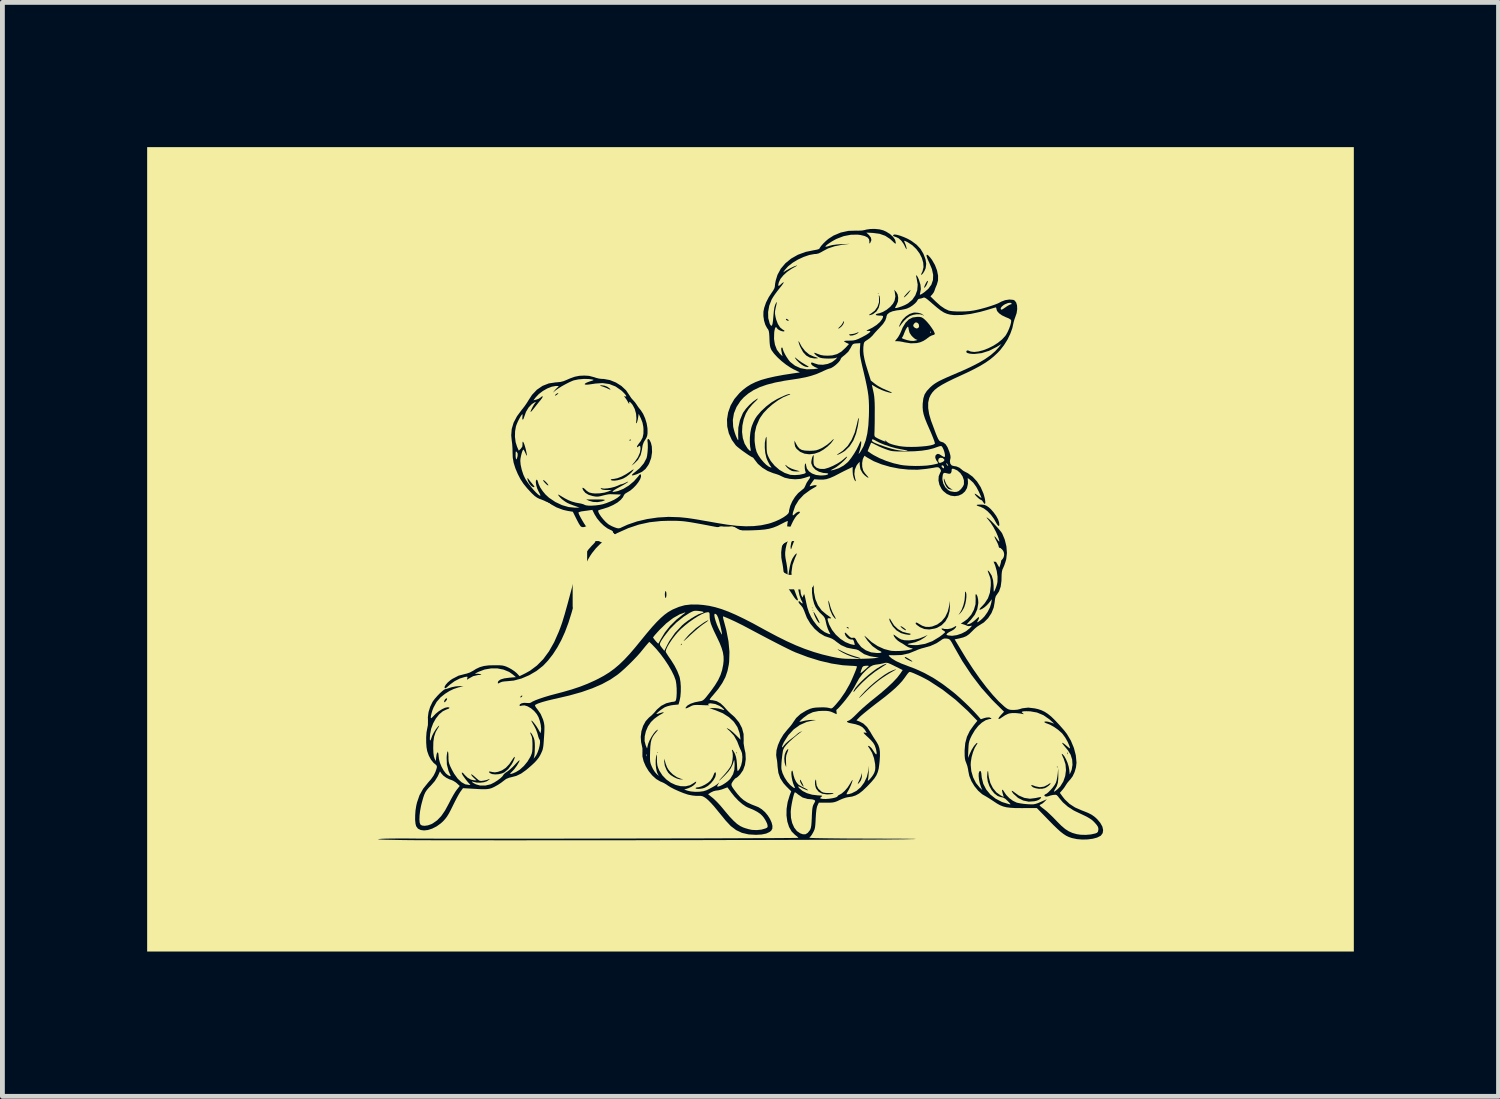
<source format=kicad_pcb>
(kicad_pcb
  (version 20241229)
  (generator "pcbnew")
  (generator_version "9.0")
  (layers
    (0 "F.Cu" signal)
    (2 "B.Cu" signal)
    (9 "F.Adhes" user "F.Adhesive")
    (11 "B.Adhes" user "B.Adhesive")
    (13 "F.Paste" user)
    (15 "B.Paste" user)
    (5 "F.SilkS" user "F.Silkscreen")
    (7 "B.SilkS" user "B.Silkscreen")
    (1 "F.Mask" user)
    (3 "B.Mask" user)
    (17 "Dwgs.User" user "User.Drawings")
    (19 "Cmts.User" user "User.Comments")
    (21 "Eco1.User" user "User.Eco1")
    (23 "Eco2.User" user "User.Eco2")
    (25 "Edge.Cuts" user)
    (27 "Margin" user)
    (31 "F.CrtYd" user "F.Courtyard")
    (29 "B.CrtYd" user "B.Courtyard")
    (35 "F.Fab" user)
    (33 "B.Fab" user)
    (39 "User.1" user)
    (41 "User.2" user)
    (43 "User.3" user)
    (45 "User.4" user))
  (footprint "Clockipoodle-Logo"
    (layer "F.Cu")
    (at 12.505 8.336)
    (property "Reference" "Clockipoodle-Logo" (at 0 0 0) (layer "F.SilkS") (effects (font (size 1.5 1.5) (thickness 0.3))))
    (attr board_only exclude_from_pos_files exclude_from_bom)
    (fp_poly (pts (xy -2.155 4.246) (xy -2.153 4.279) (xy -2.155 4.286) (xy -2.161 4.288) (xy -2.163 4.266) (xy -2.16 4.243)) (stroke (width 0) (type solid)) (fill yes) (layer "F.SilkS"))
    (fp_poly (pts (xy 3.74 -4.513) (xy 3.742 -4.488) (xy 3.738 -4.482) (xy 3.731 -4.487) (xy 3.73 -4.503) (xy 3.734 -4.521)) (stroke (width 0) (type solid)) (fill yes) (layer "F.SilkS"))
    (fp_poly (pts (xy 4.072 -1.78) (xy 4.086 -1.76) (xy 4.098 -1.731) (xy 4.091 -1.729) (xy 4.07 -1.751) (xy 4.057 -1.775) (xy 4.059 -1.785)) (stroke (width 0) (type solid)) (fill yes) (layer "F.SilkS"))
    (fp_poly (pts (xy 4.001 -1.729) (xy 4.01 -1.71) (xy 4.011 -1.682) (xy 3.996 -1.681) (xy 3.976 -1.697) (xy 3.958 -1.724) (xy 3.966 -1.74) (xy 3.979 -1.742)) (stroke (width 0) (type solid)) (fill yes) (layer "F.SilkS"))
    (fp_poly (pts (xy 3.481 -4.676) (xy 3.487 -4.665) (xy 3.495 -4.621) (xy 3.479 -4.59) (xy 3.448 -4.577) (xy 3.411 -4.589) (xy 3.396 -4.601) (xy 3.375 -4.625) (xy 3.374 -4.646) (xy 3.387 -4.674) (xy 3.416 -4.701) (xy 3.451 -4.701)) (stroke (width 0) (type solid)) (fill yes) (layer "F.SilkS"))
    (fp_poly (pts (xy -4.853 -2.026) (xy -4.843 -2.016) (xy -4.827 -1.991) (xy -4.825 -1.954) (xy -4.83 -1.922) (xy -4.841 -1.883) (xy -4.852 -1.865) (xy -4.856 -1.866) (xy -4.863 -1.888) (xy -4.868 -1.931) (xy -4.868 -1.96) (xy -4.867 -2.007) (xy -4.863 -2.027)) (stroke (width 0) (type solid)) (fill yes) (layer "F.SilkS"))
    (fp_poly (pts (xy 3.98 -1.893) (xy 3.988 -1.889) (xy 4.017 -1.863) (xy 4.015 -1.835) (xy 3.981 -1.81) (xy 3.98 -1.81) (xy 3.938 -1.794) (xy 3.914 -1.794) (xy 3.902 -1.802) (xy 3.894 -1.825) (xy 3.891 -1.85) (xy 3.904 -1.884) (xy 3.937 -1.899)) (stroke (width 0) (type solid)) (fill yes) (layer "F.SilkS"))
    (fp_poly (pts (xy 2.453 2.418) (xy 2.45 2.422) (xy 2.38 2.486) (xy 2.331 2.529) (xy 2.3 2.554) (xy 2.284 2.564) (xy 2.28 2.562) (xy 2.285 2.539) (xy 2.297 2.498) (xy 2.303 2.483) (xy 2.319 2.442) (xy 2.34 2.422) (xy 2.377 2.414) (xy 2.396 2.413) (xy 2.438 2.412)) (stroke (width 0) (type solid)) (fill yes) (layer "F.SilkS"))
    (fp_poly (pts (xy 5.414 -5.096) (xy 5.414 -5.096) (xy 5.41 -5.082) (xy 5.4 -5.08) (xy 5.375 -5.071) (xy 5.333 -5.049) (xy 5.294 -5.023) (xy 5.246 -4.99) (xy 5.218 -4.973) (xy 5.203 -4.968) (xy 5.194 -4.972) (xy 5.189 -4.976) (xy 5.186 -4.999) (xy 5.207 -5.03) (xy 5.246 -5.063) (xy 5.275 -5.08) (xy 5.339 -5.106) (xy 5.386 -5.111)) (stroke (width 0) (type solid)) (fill yes) (layer "F.SilkS"))
    (fp_poly (pts (xy -0.713 1.343) (xy -0.691 1.371) (xy -0.669 1.42) (xy -0.646 1.496) (xy -0.628 1.568) (xy -0.611 1.643) (xy -0.598 1.705) (xy -0.591 1.749) (xy -0.59 1.767) (xy -0.59 1.768) (xy -0.599 1.757) (xy -0.619 1.723) (xy -0.646 1.671) (xy -0.665 1.632) (xy -0.697 1.558) (xy -0.722 1.486) (xy -0.74 1.422) (xy -0.749 1.371) (xy -0.746 1.341) (xy -0.738 1.335)) (stroke (width 0) (type solid)) (fill yes) (layer "F.SilkS"))
    (fp_poly (pts (xy -1.357 1.318) (xy -1.39 1.343) (xy -1.392 1.344) (xy -1.534 1.456) (xy -1.664 1.584) (xy -1.774 1.721) (xy -1.857 1.858) (xy -1.883 1.907) (xy -1.902 1.941) (xy -1.912 1.954) (xy -1.925 1.943) (xy -1.952 1.915) (xy -1.968 1.896) (xy -1.998 1.86) (xy -2.017 1.832) (xy -2.019 1.825) (xy -2.008 1.809) (xy -1.98 1.774) (xy -1.937 1.726) (xy -1.887 1.671) (xy -1.743 1.531) (xy -1.602 1.423) (xy -1.465 1.346) (xy -1.368 1.311) (xy -1.35 1.308)) (stroke (width 0) (type solid)) (fill yes) (layer "F.SilkS"))
    (fp_poly (pts (xy 3.274 -4.59) (xy 3.28 -4.553) (xy 3.297 -4.489) (xy 3.334 -4.433) (xy 3.353 -4.412) (xy 3.393 -4.375) (xy 3.429 -4.351) (xy 3.445 -4.346) (xy 3.461 -4.343) (xy 3.448 -4.335) (xy 3.436 -4.331) (xy 3.382 -4.32) (xy 3.323 -4.321) (xy 3.25 -4.336) (xy 3.217 -4.346) (xy 3.169 -4.362) (xy 3.141 -4.376) (xy 3.138 -4.385) (xy 3.153 -4.406) (xy 3.173 -4.446) (xy 3.184 -4.476) (xy 3.206 -4.53) (xy 3.23 -4.577) (xy 3.24 -4.592) (xy 3.257 -4.613) (xy 3.267 -4.614)) (stroke (width 0) (type solid)) (fill yes) (layer "F.SilkS"))
    (fp_poly (pts (xy 2.556 -2.273) (xy 2.602 -2.248) (xy 2.602 -2.247) (xy 2.683 -2.206) (xy 2.785 -2.165) (xy 2.9 -2.127) (xy 3.017 -2.095) (xy 3.104 -2.077) (xy 3.168 -2.065) (xy 3.219 -2.054) (xy 3.249 -2.046) (xy 3.253 -2.044) (xy 3.248 -2.037) (xy 3.217 -2.036) (xy 3.167 -2.04) (xy 3.102 -2.048) (xy 3.031 -2.06) (xy 2.996 -2.067) (xy 2.929 -2.084) (xy 2.849 -2.107) (xy 2.765 -2.135) (xy 2.684 -2.164) (xy 2.612 -2.192) (xy 2.558 -2.216) (xy 2.53 -2.232) (xy 2.516 -2.259) (xy 2.518 -2.272) (xy 2.53 -2.281)) (stroke (width 0) (type solid)) (fill yes) (layer "F.SilkS"))
    (fp_poly (pts (xy -1.07 1.277) (xy -1.066 1.278) (xy -1.005 1.287) (xy -0.975 1.298) (xy -0.976 1.31) (xy -1.009 1.323) (xy -1.024 1.326) (xy -1.075 1.345) (xy -1.144 1.381) (xy -1.222 1.428) (xy -1.301 1.481) (xy -1.374 1.537) (xy -1.417 1.574) (xy -1.564 1.731) (xy -1.682 1.9) (xy -1.726 1.982) (xy -1.786 2.104) (xy -1.838 2.038) (xy -1.862 2.006) (xy -1.876 1.981) (xy -1.877 1.956) (xy -1.865 1.924) (xy -1.839 1.879) (xy -1.796 1.815) (xy -1.785 1.799) (xy -1.672 1.654) (xy -1.536 1.517) (xy -1.387 1.397) (xy -1.265 1.319) (xy -1.212 1.291) (xy -1.171 1.276) (xy -1.129 1.273)) (stroke (width 0) (type solid)) (fill yes) (layer "F.SilkS"))
    (fp_poly (pts (xy -3.231 -0.723) (xy -3.181 -0.642) (xy -3.115 -0.562) (xy -3.042 -0.491) (xy -2.968 -0.436) (xy -2.925 -0.414) (xy -2.877 -0.391) (xy -2.852 -0.372) (xy -2.853 -0.361) (xy -2.87 -0.358) (xy -2.893 -0.35) (xy -2.936 -0.33) (xy -2.989 -0.3) (xy -3.002 -0.293) (xy -3.057 -0.262) (xy -3.102 -0.239) (xy -3.129 -0.228) (xy -3.132 -0.228) (xy -3.153 -0.237) (xy -3.192 -0.262) (xy -3.239 -0.297) (xy -3.243 -0.3) (xy -3.301 -0.353) (xy -3.362 -0.418) (xy -3.408 -0.475) (xy -3.449 -0.537) (xy -3.489 -0.603) (xy -3.524 -0.666) (xy -3.551 -0.719) (xy -3.565 -0.755) (xy -3.566 -0.763) (xy -3.551 -0.773) (xy -3.515 -0.784) (xy -3.493 -0.788) (xy -3.427 -0.797) (xy -3.36 -0.806) (xy -3.349 -0.808) (xy -3.278 -0.818)) (stroke (width 0) (type solid)) (fill yes) (layer "F.SilkS"))
    (fp_poly (pts (xy -6.408 4.644) (xy -6.364 4.692) (xy -6.301 4.737) (xy -6.233 4.77) (xy -6.205 4.778) (xy -6.161 4.797) (xy -6.11 4.829) (xy -6.088 4.847) (xy -6.026 4.904) (xy -6.09 4.985) (xy -6.122 5.031) (xy -6.162 5.098) (xy -6.206 5.177) (xy -6.249 5.261) (xy -6.255 5.273) (xy -6.332 5.415) (xy -6.41 5.528) (xy -6.493 5.615) (xy -6.582 5.678) (xy -6.616 5.696) (xy -6.687 5.721) (xy -6.754 5.73) (xy -6.809 5.724) (xy -6.841 5.704) (xy -6.856 5.666) (xy -6.862 5.602) (xy -6.859 5.519) (xy -6.848 5.423) (xy -6.829 5.32) (xy -6.814 5.259) (xy -6.788 5.164) (xy -6.765 5.093) (xy -6.74 5.037) (xy -6.71 4.991) (xy -6.671 4.944) (xy -6.622 4.894) (xy -6.543 4.803) (xy -6.486 4.711) (xy -6.48 4.7) (xy -6.436 4.602)) (stroke (width 0) (type solid)) (fill yes) (layer "F.SilkS"))
    (fp_poly (pts (xy 0.934 5.04) (xy 0.966 5.063) (xy 0.992 5.085) (xy 1.081 5.144) (xy 1.183 5.174) (xy 1.234 5.178) (xy 1.282 5.183) (xy 1.319 5.194) (xy 1.337 5.206) (xy 1.34 5.221) (xy 1.327 5.25) (xy 1.315 5.271) (xy 1.3 5.3) (xy 1.289 5.335) (xy 1.281 5.38) (xy 1.276 5.444) (xy 1.271 5.532) (xy 1.271 5.552) (xy 1.266 5.647) (xy 1.261 5.715) (xy 1.253 5.763) (xy 1.243 5.797) (xy 1.231 5.822) (xy 1.185 5.878) (xy 1.139 5.905) (xy 1.085 5.905) (xy 1.033 5.887) (xy 0.963 5.84) (xy 0.906 5.767) (xy 0.864 5.673) (xy 0.839 5.563) (xy 0.834 5.442) (xy 0.836 5.41) (xy 0.843 5.347) (xy 0.855 5.274) (xy 0.87 5.199) (xy 0.886 5.13) (xy 0.902 5.074) (xy 0.915 5.041) (xy 0.918 5.036)) (stroke (width 0) (type solid)) (fill yes) (layer "F.SilkS"))
    (fp_poly (pts (xy 4.213 -1.668) (xy 4.286 -1.636) (xy 4.349 -1.581) (xy 4.396 -1.511) (xy 4.423 -1.433) (xy 4.424 -1.354) (xy 4.421 -1.341) (xy 4.403 -1.303) (xy 4.37 -1.258) (xy 4.356 -1.243) (xy 4.314 -1.207) (xy 4.274 -1.192) (xy 4.229 -1.189) (xy 4.144 -1.203) (xy 4.101 -1.225) (xy 4.039 -1.285) (xy 3.996 -1.364) (xy 3.978 -1.444) (xy 4.006 -1.444) (xy 4.015 -1.396) (xy 4.037 -1.339) (xy 4.066 -1.289) (xy 4.097 -1.256) (xy 4.099 -1.255) (xy 4.14 -1.241) (xy 4.16 -1.239) (xy 4.193 -1.24) (xy 4.16 -1.253) (xy 4.106 -1.29) (xy 4.06 -1.351) (xy 4.03 -1.419) (xy 4.016 -1.459) (xy 4.009 -1.469) (xy 4.007 -1.453) (xy 4.006 -1.444) (xy 3.978 -1.444) (xy 3.977 -1.451) (xy 3.978 -1.487) (xy 3.986 -1.547) (xy 4.001 -1.578) (xy 4.027 -1.586) (xy 4.065 -1.577) (xy 4.119 -1.565) (xy 4.154 -1.578) (xy 4.168 -1.617) (xy 4.168 -1.628) (xy 4.171 -1.662) (xy 4.186 -1.672)) (stroke (width 0) (type solid)) (fill yes) (layer "F.SilkS"))
    (fp_poly (pts (xy -0.468 4.946) (xy -0.444 4.978) (xy -0.41 5.024) (xy -0.402 5.036) (xy -0.331 5.125) (xy -0.252 5.208) (xy -0.171 5.279) (xy -0.096 5.33) (xy -0.055 5.351) (xy 0.055 5.396) (xy 0.138 5.439) (xy 0.202 5.482) (xy 0.251 5.53) (xy 0.281 5.569) (xy 0.315 5.624) (xy 0.341 5.677) (xy 0.352 5.711) (xy 0.356 5.747) (xy 0.344 5.768) (xy 0.308 5.786) (xy 0.307 5.786) (xy 0.226 5.809) (xy 0.13 5.819) (xy 0.036 5.815) (xy 0.016 5.812) (xy -0.041 5.799) (xy -0.109 5.779) (xy -0.154 5.763) (xy -0.215 5.734) (xy -0.279 5.69) (xy -0.348 5.628) (xy -0.427 5.546) (xy -0.517 5.44) (xy -0.568 5.378) (xy -0.626 5.309) (xy -0.69 5.24) (xy -0.749 5.182) (xy -0.783 5.152) (xy -0.879 5.075) (xy -0.818 5.037) (xy -0.767 5.013) (xy -0.716 5) (xy -0.704 4.999) (xy -0.659 4.993) (xy -0.6 4.978) (xy -0.566 4.966) (xy -0.519 4.948) (xy -0.487 4.936) (xy -0.478 4.933)) (stroke (width 0) (type solid)) (fill yes) (layer "F.SilkS"))
    (fp_poly (pts (xy 2.515 -2.207) (xy 2.55 -2.19) (xy 2.591 -2.168) (xy 2.651 -2.138) (xy 2.726 -2.105) (xy 2.801 -2.076) (xy 2.809 -2.073) (xy 2.858 -2.056) (xy 2.9 -2.044) (xy 2.942 -2.036) (xy 2.99 -2.032) (xy 3.052 -2.029) (xy 3.134 -2.029) (xy 3.224 -2.029) (xy 3.4 -2.033) (xy 3.55 -2.045) (xy 3.679 -2.065) (xy 3.793 -2.094) (xy 3.864 -2.119) (xy 3.911 -2.135) (xy 3.947 -2.142) (xy 3.958 -2.14) (xy 3.979 -2.115) (xy 4 -2.072) (xy 4.018 -2.02) (xy 4.029 -1.97) (xy 4.031 -1.931) (xy 4.023 -1.914) (xy 4.004 -1.918) (xy 3.969 -1.937) (xy 3.953 -1.948) (xy 3.912 -1.973) (xy 3.884 -1.979) (xy 3.86 -1.971) (xy 3.832 -1.94) (xy 3.83 -1.896) (xy 3.852 -1.844) (xy 3.861 -1.833) (xy 3.882 -1.802) (xy 3.888 -1.783) (xy 3.888 -1.782) (xy 3.869 -1.775) (xy 3.827 -1.765) (xy 3.769 -1.753) (xy 3.754 -1.75) (xy 3.659 -1.737) (xy 3.542 -1.73) (xy 3.416 -1.728) (xy 3.29 -1.732) (xy 3.177 -1.741) (xy 3.115 -1.75) (xy 2.966 -1.784) (xy 2.815 -1.832) (xy 2.674 -1.89) (xy 2.551 -1.954) (xy 2.501 -1.985) (xy 2.428 -2.036) (xy 2.462 -2.121) (xy 2.482 -2.168) (xy 2.496 -2.201) (xy 2.501 -2.211)) (stroke (width 0) (type solid)) (fill yes) (layer "F.SilkS"))
    (fp_poly (pts (xy 3.61 -5.217) (xy 3.634 -5.205) (xy 3.669 -5.179) (xy 3.72 -5.136) (xy 3.77 -5.092) (xy 3.864 -5.012) (xy 3.941 -4.952) (xy 4.009 -4.909) (xy 4.072 -4.882) (xy 4.138 -4.865) (xy 4.212 -4.856) (xy 4.236 -4.855) (xy 4.391 -4.858) (xy 4.566 -4.88) (xy 4.757 -4.921) (xy 4.894 -4.959) (xy 4.967 -4.981) (xy 5.027 -4.999) (xy 5.07 -5.011) (xy 5.087 -5.015) (xy 5.095 -5.001) (xy 5.096 -4.986) (xy 5.111 -4.94) (xy 5.152 -4.893) (xy 5.214 -4.849) (xy 5.29 -4.813) (xy 5.292 -4.812) (xy 5.353 -4.787) (xy 5.392 -4.762) (xy 5.403 -4.747) (xy 5.401 -4.706) (xy 5.386 -4.646) (xy 5.361 -4.576) (xy 5.33 -4.506) (xy 5.296 -4.445) (xy 5.28 -4.422) (xy 5.212 -4.349) (xy 5.128 -4.281) (xy 5.031 -4.219) (xy 4.927 -4.167) (xy 4.823 -4.127) (xy 4.724 -4.101) (xy 4.636 -4.091) (xy 4.564 -4.1) (xy 4.544 -4.108) (xy 4.508 -4.123) (xy 4.487 -4.12) (xy 4.477 -4.111) (xy 4.472 -4.088) (xy 4.496 -4.069) (xy 4.545 -4.056) (xy 4.614 -4.05) (xy 4.644 -4.05) (xy 4.791 -4.067) (xy 4.944 -4.115) (xy 5.099 -4.193) (xy 5.153 -4.226) (xy 5.202 -4.258) (xy 5.147 -4.189) (xy 5.071 -4.106) (xy 4.979 -4.026) (xy 4.867 -3.947) (xy 4.733 -3.867) (xy 4.574 -3.786) (xy 4.388 -3.7) (xy 4.303 -3.664) (xy 4.17 -3.607) (xy 4.062 -3.56) (xy 3.977 -3.521) (xy 3.909 -3.488) (xy 3.855 -3.457) (xy 3.81 -3.428) (xy 3.77 -3.398) (xy 3.732 -3.364) (xy 3.723 -3.356) (xy 3.654 -3.282) (xy 3.608 -3.21) (xy 3.582 -3.127) (xy 3.57 -3.025) (xy 3.569 -3.019) (xy 3.568 -2.942) (xy 3.574 -2.87) (xy 3.589 -2.797) (xy 3.615 -2.715) (xy 3.654 -2.617) (xy 3.69 -2.534) (xy 3.742 -2.416) (xy 3.781 -2.32) (xy 3.808 -2.249) (xy 3.821 -2.204) (xy 3.821 -2.188) (xy 3.787 -2.17) (xy 3.727 -2.154) (xy 3.646 -2.141) (xy 3.551 -2.132) (xy 3.448 -2.125) (xy 3.343 -2.123) (xy 3.242 -2.124) (xy 3.152 -2.131) (xy 3.085 -2.14) (xy 2.992 -2.16) (xy 2.925 -2.179) (xy 2.875 -2.198) (xy 2.836 -2.221) (xy 2.811 -2.243) (xy 2.786 -2.263) (xy 2.78 -2.264) (xy 2.785 -2.256) (xy 2.8 -2.235) (xy 2.794 -2.232) (xy 2.784 -2.236) (xy 2.747 -2.251) (xy 2.73 -2.257) (xy 2.698 -2.271) (xy 2.652 -2.292) (xy 2.633 -2.302) (xy 2.591 -2.325) (xy 2.572 -2.346) (xy 2.568 -2.378) (xy 2.569 -2.41) (xy 2.571 -2.449) (xy 2.572 -2.514) (xy 2.574 -2.599) (xy 2.575 -2.697) (xy 2.575 -2.802) (xy 2.575 -2.809) (xy 2.576 -2.932) (xy 2.574 -3.029) (xy 2.57 -3.107) (xy 2.564 -3.172) (xy 2.555 -3.231) (xy 2.546 -3.273) (xy 2.515 -3.412) (xy 2.605 -3.358) (xy 2.66 -3.329) (xy 2.725 -3.3) (xy 2.794 -3.274) (xy 2.857 -3.255) (xy 2.907 -3.243) (xy 2.932 -3.243) (xy 2.926 -3.251) (xy 2.896 -3.267) (xy 2.846 -3.289) (xy 2.815 -3.301) (xy 2.726 -3.341) (xy 2.641 -3.388) (xy 2.586 -3.426) (xy 2.494 -3.499) (xy 2.426 -3.716) (xy 2.387 -3.843) (xy 2.361 -3.947) (xy 2.345 -4.034) (xy 2.338 -4.112) (xy 2.339 -4.186) (xy 2.341 -4.205) (xy 2.347 -4.258) (xy 2.358 -4.291) (xy 2.381 -4.315) (xy 2.994 -4.315) (xy 3.048 -4.314) (xy 3.095 -4.31) (xy 3.156 -4.299) (xy 3.191 -4.291) (xy 3.323 -4.27) (xy 3.444 -4.275) (xy 3.515 -4.291) (xy 3.581 -4.319) (xy 3.644 -4.358) (xy 3.662 -4.373) (xy 3.709 -4.408) (xy 3.757 -4.433) (xy 3.776 -4.439) (xy 3.81 -4.45) (xy 3.82 -4.467) (xy 3.816 -4.484) (xy 3.795 -4.53) (xy 3.757 -4.589) (xy 3.71 -4.654) (xy 3.66 -4.714) (xy 3.616 -4.759) (xy 3.574 -4.794) (xy 3.538 -4.812) (xy 3.494 -4.819) (xy 3.456 -4.819) (xy 3.362 -4.806) (xy 3.282 -4.766) (xy 3.213 -4.696) (xy 3.154 -4.598) (xy 3.126 -4.529) (xy 3.098 -4.465) (xy 3.063 -4.404) (xy 3.043 -4.376) (xy 2.994 -4.315) (xy 2.381 -4.315) (xy 2.381 -4.315) (xy 2.419 -4.339) (xy 2.474 -4.378) (xy 2.527 -4.428) (xy 2.543 -4.448) (xy 2.586 -4.498) (xy 2.638 -4.554) (xy 2.673 -4.59) (xy 2.693 -4.612) (xy 3.08 -4.612) (xy 3.09 -4.618) (xy 3.107 -4.64) (xy 3.134 -4.677) (xy 3.172 -4.723) (xy 3.19 -4.743) (xy 3.238 -4.789) (xy 3.293 -4.828) (xy 3.312 -4.839) (xy 3.374 -4.861) (xy 3.443 -4.873) (xy 3.51 -4.873) (xy 3.562 -4.86) (xy 3.576 -4.852) (xy 3.597 -4.838) (xy 3.593 -4.844) (xy 3.58 -4.858) (xy 3.538 -4.886) (xy 3.476 -4.903) (xy 3.408 -4.908) (xy 3.375 -4.905) (xy 3.298 -4.879) (xy 3.222 -4.829) (xy 3.156 -4.764) (xy 3.122 -4.714) (xy 3.097 -4.663) (xy 3.082 -4.628) (xy 3.08 -4.612) (xy 2.693 -4.612) (xy 2.746 -4.67) (xy 2.794 -4.744) (xy 2.816 -4.807) (xy 2.817 -4.821) (xy 2.832 -4.866) (xy 2.876 -4.905) (xy 2.944 -4.934) (xy 3.032 -4.953) (xy 3.053 -4.955) (xy 3.125 -4.964) (xy 3.196 -4.978) (xy 3.243 -4.991) (xy 3.302 -5.018) (xy 3.362 -5.057) (xy 3.414 -5.101) (xy 3.451 -5.143) (xy 3.46 -5.162) (xy 3.481 -5.188) (xy 3.501 -5.194) (xy 3.539 -5.201) (xy 3.572 -5.212) (xy 3.591 -5.219)) (stroke (width 0) (type solid)) (fill yes) (layer "F.SilkS"))
    (fp_poly (pts (xy 2.268 -4.152) (xy 2.266 -4.108) (xy 2.267 -4.064) (xy 2.271 -4.017) (xy 2.281 -3.959) (xy 2.296 -3.886) (xy 2.317 -3.792) (xy 2.344 -3.682) (xy 2.38 -3.528) (xy 2.408 -3.397) (xy 2.429 -3.285) (xy 2.444 -3.182) (xy 2.452 -3.082) (xy 2.456 -2.979) (xy 2.456 -2.865) (xy 2.454 -2.768) (xy 2.443 -2.57) (xy 2.421 -2.401) (xy 2.387 -2.256) (xy 2.341 -2.133) (xy 2.282 -2.028) (xy 2.264 -2.003) (xy 2.247 -1.982) (xy 2.241 -1.98) (xy 2.246 -2) (xy 2.262 -2.047) (xy 2.264 -2.052) (xy 2.279 -2.104) (xy 2.29 -2.156) (xy 2.295 -2.202) (xy 2.295 -2.233) (xy 2.287 -2.242) (xy 2.282 -2.238) (xy 2.269 -2.215) (xy 2.249 -2.173) (xy 2.239 -2.149) (xy 2.2 -2.071) (xy 2.148 -1.984) (xy 2.09 -1.898) (xy 2.034 -1.826) (xy 2.012 -1.803) (xy 1.931 -1.737) (xy 1.833 -1.683) (xy 1.731 -1.648) (xy 1.727 -1.647) (xy 1.686 -1.639) (xy 1.663 -1.636) (xy 1.661 -1.637) (xy 1.674 -1.646) (xy 1.708 -1.665) (xy 1.737 -1.68) (xy 1.78 -1.706) (xy 1.832 -1.745) (xy 1.886 -1.79) (xy 1.936 -1.836) (xy 1.976 -1.878) (xy 1.999 -1.909) (xy 2.003 -1.92) (xy 1.992 -1.919) (xy 1.966 -1.9) (xy 1.938 -1.875) (xy 1.877 -1.826) (xy 1.797 -1.776) (xy 1.709 -1.73) (xy 1.621 -1.693) (xy 1.545 -1.67) (xy 1.521 -1.666) (xy 1.439 -1.668) (xy 1.371 -1.691) (xy 1.324 -1.734) (xy 1.318 -1.745) (xy 1.308 -1.781) (xy 1.305 -1.836) (xy 1.306 -1.867) (xy 1.309 -1.915) (xy 1.309 -1.947) (xy 1.307 -1.954) (xy 1.293 -1.939) (xy 1.278 -1.904) (xy 1.267 -1.857) (xy 1.26 -1.811) (xy 1.261 -1.781) (xy 1.29 -1.712) (xy 1.344 -1.653) (xy 1.419 -1.609) (xy 1.507 -1.584) (xy 1.566 -1.579) (xy 1.599 -1.575) (xy 1.612 -1.565) (xy 1.596 -1.548) (xy 1.552 -1.537) (xy 1.481 -1.531) (xy 1.448 -1.531) (xy 1.357 -1.542) (xy 1.276 -1.572) (xy 1.211 -1.618) (xy 1.168 -1.676) (xy 1.153 -1.739) (xy 1.148 -1.771) (xy 1.138 -1.782) (xy 1.137 -1.781) (xy 1.128 -1.76) (xy 1.124 -1.718) (xy 1.126 -1.67) (xy 1.134 -1.628) (xy 1.14 -1.612) (xy 1.146 -1.59) (xy 1.13 -1.575) (xy 1.103 -1.565) (xy 1.016 -1.546) (xy 0.92 -1.539) (xy 0.832 -1.544) (xy 0.818 -1.547) (xy 0.707 -1.585) (xy 0.598 -1.649) (xy 0.5 -1.734) (xy 0.486 -1.751) (xy 0.722 -1.751) (xy 0.727 -1.736) (xy 0.73 -1.731) (xy 0.761 -1.693) (xy 0.808 -1.654) (xy 0.857 -1.626) (xy 0.863 -1.624) (xy 0.894 -1.618) (xy 0.942 -1.615) (xy 0.961 -1.614) (xy 1 -1.616) (xy 1.019 -1.618) (xy 1.018 -1.62) (xy 0.994 -1.627) (xy 0.95 -1.64) (xy 0.909 -1.652) (xy 0.847 -1.674) (xy 0.79 -1.703) (xy 0.764 -1.721) (xy 0.733 -1.747) (xy 0.722 -1.751) (xy 0.486 -1.751) (xy 0.419 -1.832) (xy 0.382 -1.897) (xy 0.361 -1.942) (xy 0.355 -1.959) (xy 1.791 -1.959) (xy 1.803 -1.959) (xy 1.835 -1.971) (xy 1.877 -1.992) (xy 1.922 -2.018) (xy 1.96 -2.043) (xy 1.962 -2.045) (xy 2.055 -2.136) (xy 2.131 -2.254) (xy 2.188 -2.398) (xy 2.224 -2.548) (xy 2.237 -2.631) (xy 2.244 -2.689) (xy 2.245 -2.72) (xy 2.241 -2.724) (xy 2.231 -2.7) (xy 2.217 -2.645) (xy 2.207 -2.597) (xy 2.16 -2.419) (xy 2.095 -2.268) (xy 2.015 -2.144) (xy 1.918 -2.048) (xy 1.871 -2.015) (xy 1.828 -1.987) (xy 1.799 -1.967) (xy 1.791 -1.959) (xy 0.355 -1.959) (xy 0.347 -1.982) (xy 0.339 -2.024) (xy 0.335 -2.078) (xy 0.334 -2.153) (xy 0.334 -2.179) (xy 0.334 -2.254) (xy 0.912 -2.254) (xy 0.912 -2.195) (xy 0.926 -2.129) (xy 0.956 -2.083) (xy 1.029 -2.021) (xy 1.119 -1.983) (xy 1.22 -1.97) (xy 1.328 -1.983) (xy 1.429 -2.018) (xy 1.513 -2.067) (xy 1.596 -2.13) (xy 1.667 -2.198) (xy 1.715 -2.262) (xy 1.726 -2.284) (xy 1.721 -2.286) (xy 1.698 -2.266) (xy 1.662 -2.23) (xy 1.588 -2.168) (xy 1.501 -2.112) (xy 1.469 -2.095) (xy 1.41 -2.069) (xy 1.36 -2.053) (xy 1.306 -2.046) (xy 1.237 -2.043) (xy 1.218 -2.043) (xy 1.128 -2.047) (xy 1.063 -2.061) (xy 1.015 -2.088) (xy 0.976 -2.134) (xy 0.948 -2.182) (xy 0.912 -2.254) (xy 0.334 -2.254) (xy 0.334 -2.258) (xy 0.333 -2.307) (xy 0.33 -2.331) (xy 0.326 -2.332) (xy 0.319 -2.314) (xy 0.312 -2.293) (xy 0.297 -2.207) (xy 0.296 -2.105) (xy 0.306 -1.998) (xy 0.329 -1.899) (xy 0.349 -1.847) (xy 0.376 -1.792) (xy 0.402 -1.745) (xy 0.418 -1.722) (xy 0.435 -1.699) (xy 0.426 -1.695) (xy 0.39 -1.71) (xy 0.375 -1.717) (xy 0.325 -1.754) (xy 0.268 -1.811) (xy 0.211 -1.879) (xy 0.163 -1.95) (xy 0.129 -2.016) (xy 0.128 -2.018) (xy 0.104 -2.104) (xy 0.089 -2.211) (xy 0.085 -2.257) (xy 0.089 -2.41) (xy 0.121 -2.553) (xy 0.181 -2.693) (xy 0.203 -2.732) (xy 0.269 -2.825) (xy 0.359 -2.92) (xy 0.463 -3.011) (xy 0.574 -3.091) (xy 0.684 -3.155) (xy 0.77 -3.191) (xy 0.807 -3.205) (xy 0.825 -3.216) (xy 0.824 -3.219) (xy 0.802 -3.22) (xy 0.755 -3.207) (xy 0.688 -3.18) (xy 0.604 -3.141) (xy 0.549 -3.114) (xy 0.435 -3.046) (xy 0.323 -2.96) (xy 0.22 -2.864) (xy 0.135 -2.765) (xy 0.098 -2.71) (xy 0.062 -2.64) (xy 0.029 -2.559) (xy 0.014 -2.509) (xy -0.003 -2.419) (xy -0.013 -2.317) (xy -0.014 -2.215) (xy -0.007 -2.126) (xy -0.001 -2.096) (xy 0.005 -2.053) (xy -0.002 -2.038) (xy -0.023 -2.051) (xy -0.061 -2.092) (xy -0.063 -2.095) (xy -0.122 -2.191) (xy -0.159 -2.305) (xy -0.175 -2.432) (xy -0.168 -2.565) (xy -0.14 -2.699) (xy -0.095 -2.817) (xy -0.039 -2.91) (xy 0.041 -3.005) (xy 0.072 -3.036) (xy 0.122 -3.085) (xy 0.148 -3.115) (xy 0.153 -3.126) (xy 0.137 -3.12) (xy 0.132 -3.117) (xy 0.056 -3.064) (xy -0.023 -2.993) (xy -0.095 -2.914) (xy -0.15 -2.837) (xy -0.16 -2.82) (xy -0.219 -2.677) (xy -0.252 -2.524) (xy -0.256 -2.381) (xy -0.254 -2.324) (xy -0.253 -2.282) (xy -0.255 -2.263) (xy -0.256 -2.263) (xy -0.269 -2.278) (xy -0.287 -2.316) (xy -0.309 -2.369) (xy -0.33 -2.431) (xy -0.347 -2.492) (xy -0.359 -2.542) (xy -0.366 -2.681) (xy -0.343 -2.819) (xy -0.289 -2.952) (xy -0.207 -3.076) (xy -0.136 -3.154) (xy -0.041 -3.233) (xy 0.067 -3.302) (xy 0.193 -3.362) (xy 0.339 -3.413) (xy 0.509 -3.457) (xy 0.706 -3.495) (xy 0.847 -3.516) (xy 1.008 -3.541) (xy 1.144 -3.567) (xy 1.259 -3.597) (xy 1.362 -3.631) (xy 1.458 -3.672) (xy 1.477 -3.68) (xy 1.538 -3.709) (xy 1.589 -3.731) (xy 1.623 -3.743) (xy 1.63 -3.745) (xy 1.668 -3.756) (xy 1.718 -3.785) (xy 1.77 -3.825) (xy 1.819 -3.871) (xy 1.855 -3.914) (xy 1.872 -3.949) (xy 1.872 -3.954) (xy 1.885 -3.971) (xy 1.917 -4) (xy 1.952 -4.027) (xy 2.026 -4.096) (xy 2.075 -4.173) (xy 2.101 -4.223) (xy 2.121 -4.25) (xy 2.147 -4.263) (xy 2.187 -4.268) (xy 2.197 -4.268) (xy 2.276 -4.274)) (stroke (width 0) (type solid)) (fill yes) (layer "F.SilkS"))
    (fp_poly (pts (xy -0.863 1.305) (xy -0.851 1.32) (xy -0.847 1.354) (xy -0.847 1.38) (xy -0.844 1.433) (xy -0.836 1.485) (xy -0.821 1.541) (xy -0.795 1.608) (xy -0.759 1.69) (xy -0.708 1.795) (xy -0.7 1.812) (xy -0.64 1.938) (xy -0.598 2.045) (xy -0.571 2.138) (xy -0.558 2.224) (xy -0.557 2.31) (xy -0.566 2.392) (xy -0.588 2.501) (xy -0.621 2.604) (xy -0.67 2.709) (xy -0.737 2.819) (xy -0.824 2.941) (xy -0.875 3.006) (xy -0.923 3.067) (xy -0.958 3.106) (xy -0.986 3.129) (xy -1.014 3.142) (xy -1.048 3.149) (xy -1.056 3.15) (xy -1.156 3.17) (xy -1.241 3.199) (xy -1.303 3.234) (xy -1.319 3.249) (xy -1.345 3.282) (xy -1.345 3.296) (xy -1.32 3.292) (xy -1.27 3.269) (xy -1.26 3.264) (xy -1.222 3.244) (xy -1.189 3.232) (xy -1.151 3.226) (xy -1.101 3.225) (xy -1.028 3.227) (xy -1.009 3.228) (xy -0.942 3.231) (xy -0.891 3.232) (xy -0.862 3.231) (xy -0.859 3.229) (xy -0.879 3.214) (xy -0.872 3.2) (xy -0.841 3.192) (xy -0.828 3.191) (xy -0.73 3.206) (xy -0.636 3.247) (xy -0.594 3.277) (xy -0.556 3.312) (xy -0.545 3.329) (xy -0.561 3.33) (xy -0.606 3.314) (xy -0.608 3.314) (xy -0.658 3.3) (xy -0.723 3.291) (xy -0.761 3.29) (xy -0.855 3.291) (xy -0.724 3.335) (xy -0.573 3.398) (xy -0.446 3.479) (xy -0.345 3.574) (xy -0.271 3.684) (xy -0.227 3.806) (xy -0.216 3.866) (xy -0.206 3.946) (xy -0.303 3.848) (xy -0.355 3.798) (xy -0.407 3.754) (xy -0.449 3.725) (xy -0.456 3.722) (xy -0.485 3.708) (xy -0.494 3.707) (xy -0.481 3.721) (xy -0.445 3.753) (xy -0.435 3.761) (xy -0.344 3.86) (xy -0.276 3.98) (xy -0.25 4.048) (xy -0.229 4.102) (xy -0.209 4.147) (xy -0.2 4.162) (xy -0.176 4.224) (xy -0.168 4.304) (xy -0.174 4.392) (xy -0.194 4.477) (xy -0.226 4.551) (xy -0.242 4.573) (xy -0.256 4.59) (xy -0.265 4.595) (xy -0.271 4.581) (xy -0.275 4.546) (xy -0.279 4.484) (xy -0.28 4.459) (xy -0.288 4.369) (xy -0.301 4.3) (xy -0.32 4.244) (xy -0.327 4.229) (xy -0.333 4.217) (xy -0.293 4.217) (xy -0.287 4.23) (xy -0.282 4.228) (xy -0.28 4.209) (xy -0.282 4.206) (xy -0.292 4.208) (xy -0.293 4.217) (xy -0.333 4.217) (xy -0.351 4.186) (xy -0.371 4.158) (xy -0.379 4.152) (xy -0.386 4.164) (xy -0.38 4.18) (xy -0.369 4.228) (xy -0.367 4.295) (xy -0.374 4.369) (xy -0.388 4.44) (xy -0.403 4.481) (xy -0.43 4.528) (xy -0.473 4.587) (xy -0.524 4.649) (xy -0.544 4.672) (xy -0.59 4.722) (xy -0.626 4.762) (xy -0.648 4.789) (xy -0.651 4.795) (xy -0.641 4.788) (xy -0.612 4.763) (xy -0.57 4.722) (xy -0.533 4.686) (xy -0.459 4.606) (xy -0.407 4.534) (xy -0.37 4.459) (xy -0.347 4.388) (xy -0.34 4.369) (xy -0.335 4.373) (xy -0.332 4.404) (xy -0.329 4.457) (xy -0.334 4.566) (xy -0.361 4.659) (xy -0.412 4.744) (xy -0.431 4.768) (xy -0.471 4.806) (xy -0.525 4.846) (xy -0.583 4.882) (xy -0.635 4.907) (xy -0.672 4.917) (xy -0.69 4.915) (xy -0.69 4.903) (xy -0.673 4.872) (xy -0.645 4.828) (xy -0.685 4.863) (xy -0.713 4.885) (xy -0.75 4.908) (xy -0.802 4.937) (xy -0.875 4.975) (xy -0.912 4.993) (xy -0.974 5.013) (xy -1.057 5.024) (xy -1.147 5.026) (xy -1.234 5.018) (xy -1.294 5.005) (xy -1.374 4.979) (xy -1.286 4.95) (xy -1.14 4.95) (xy -1.126 4.961) (xy -1.089 4.966) (xy -1.04 4.963) (xy -0.988 4.954) (xy -0.948 4.941) (xy -0.882 4.903) (xy -0.82 4.847) (xy -0.767 4.783) (xy -0.73 4.718) (xy -0.716 4.659) (xy -0.716 4.658) (xy -0.722 4.625) (xy -0.735 4.62) (xy -0.752 4.643) (xy -0.764 4.674) (xy -0.788 4.729) (xy -0.823 4.783) (xy -0.832 4.795) (xy -0.88 4.837) (xy -0.943 4.877) (xy -1.01 4.91) (xy -1.071 4.93) (xy -1.098 4.933) (xy -1.129 4.939) (xy -1.14 4.95) (xy -1.286 4.95) (xy -1.286 4.95) (xy -1.225 4.922) (xy -1.172 4.886) (xy -1.136 4.849) (xy -1.123 4.817) (xy -1.134 4.816) (xy -1.161 4.832) (xy -1.172 4.841) (xy -1.253 4.889) (xy -1.346 4.911) (xy -1.447 4.909) (xy -1.549 4.884) (xy -1.649 4.838) (xy -1.742 4.772) (xy -1.823 4.689) (xy -1.887 4.59) (xy -1.888 4.589) (xy -1.914 4.53) (xy -1.93 4.478) (xy -1.937 4.419) (xy -1.938 4.396) (xy -1.789 4.396) (xy -1.776 4.485) (xy -1.739 4.575) (xy -1.704 4.631) (xy -1.658 4.676) (xy -1.594 4.718) (xy -1.526 4.75) (xy -1.463 4.768) (xy -1.442 4.769) (xy -1.392 4.767) (xy -1.443 4.755) (xy -1.526 4.722) (xy -1.609 4.665) (xy -1.664 4.611) (xy -1.702 4.564) (xy -1.731 4.513) (xy -1.756 4.448) (xy -1.771 4.396) (xy -1.788 4.339) (xy -1.789 4.396) (xy -1.938 4.396) (xy -1.939 4.357) (xy -1.94 4.294) (xy -1.942 4.26) (xy -1.945 4.253) (xy -1.951 4.271) (xy -1.957 4.298) (xy -1.965 4.372) (xy -1.965 4.457) (xy -1.956 4.541) (xy -1.941 4.612) (xy -1.928 4.643) (xy -1.901 4.697) (xy -1.95 4.651) (xy -1.984 4.611) (xy -2.02 4.554) (xy -2.043 4.507) (xy -2.061 4.465) (xy -2.073 4.429) (xy -2.08 4.391) (xy -2.083 4.343) (xy -2.083 4.277) (xy -2.081 4.209) (xy -1.938 4.209) (xy -1.929 4.217) (xy -1.921 4.209) (xy -1.929 4.201) (xy -1.938 4.209) (xy -2.081 4.209) (xy -2.081 4.195) (xy -2.076 4.088) (xy -2.067 4.006) (xy -2.051 3.94) (xy -2.026 3.884) (xy -1.989 3.83) (xy -1.952 3.786) (xy -1.927 3.755) (xy -1.92 3.738) (xy -1.926 3.738) (xy -1.962 3.764) (xy -2.004 3.813) (xy -2.047 3.877) (xy -2.086 3.948) (xy -2.117 4.019) (xy -2.13 4.066) (xy -2.144 4.128) (xy -2.172 4.062) (xy -2.195 3.974) (xy -2.192 3.875) (xy -2.168 3.771) (xy -2.125 3.67) (xy -2.064 3.58) (xy -1.998 3.515) (xy -1.943 3.474) (xy -1.886 3.436) (xy -1.852 3.417) (xy -1.809 3.392) (xy -1.797 3.379) (xy -1.814 3.377) (xy -1.858 3.388) (xy -1.874 3.393) (xy -1.917 3.407) (xy -1.945 3.413) (xy -1.95 3.413) (xy -1.943 3.399) (xy -1.916 3.373) (xy -1.877 3.341) (xy -1.831 3.308) (xy -1.788 3.28) (xy -1.772 3.271) (xy -1.718 3.251) (xy -1.65 3.234) (xy -1.598 3.226) (xy -1.492 3.216) (xy -1.469 3.134) (xy -1.453 3.053) (xy -1.445 2.954) (xy -1.444 2.849) (xy -1.451 2.749) (xy -1.465 2.665) (xy -1.472 2.638) (xy -1.517 2.523) (xy -1.574 2.411) (xy -1.649 2.291) (xy -1.671 2.26) (xy -1.709 2.204) (xy -1.739 2.157) (xy -1.756 2.127) (xy -1.758 2.119) (xy -1.748 2.075) (xy -1.719 2.013) (xy -1.703 1.985) (xy -1.445 1.985) (xy -1.443 1.986) (xy -1.428 1.975) (xy -1.425 1.97) (xy -1.421 1.955) (xy -1.423 1.954) (xy -1.438 1.965) (xy -1.441 1.97) (xy -1.445 1.985) (xy -1.703 1.985) (xy -1.674 1.938) (xy -1.65 1.902) (xy -1.387 1.902) (xy -1.375 1.894) (xy -1.34 1.864) (xy -1.282 1.811) (xy -1.249 1.779) (xy -1.176 1.713) (xy -1.102 1.648) (xy -1.033 1.592) (xy -0.978 1.55) (xy -0.968 1.544) (xy -0.91 1.504) (xy -0.879 1.479) (xy -0.874 1.47) (xy -0.897 1.478) (xy -0.945 1.504) (xy -0.974 1.522) (xy -1.129 1.633) (xy -1.269 1.763) (xy -1.295 1.791) (xy -1.347 1.85) (xy -1.378 1.888) (xy -1.387 1.902) (xy -1.65 1.902) (xy -1.618 1.855) (xy -1.554 1.772) (xy -1.51 1.72) (xy -1.443 1.651) (xy -1.361 1.58) (xy -1.272 1.509) (xy -1.18 1.444) (xy -1.09 1.387) (xy -1.007 1.342) (xy -0.938 1.313) (xy -0.887 1.303)) (stroke (width 0) (type solid)) (fill yes) (layer "F.SilkS"))
    (fp_poly (pts (xy 2.858 2.359) (xy 2.902 2.377) (xy 2.966 2.408) (xy 2.992 2.421) (xy 3.154 2.502) (xy 3.106 2.574) (xy 3.041 2.659) (xy 2.949 2.757) (xy 2.833 2.866) (xy 2.695 2.985) (xy 2.581 3.077) (xy 2.492 3.148) (xy 2.402 3.225) (xy 2.317 3.299) (xy 2.246 3.366) (xy 2.207 3.405) (xy 2.147 3.464) (xy 2.095 3.511) (xy 2.054 3.541) (xy 2.036 3.55) (xy 2.003 3.562) (xy 2.001 3.577) (xy 2.027 3.592) (xy 2.07 3.603) (xy 2.178 3.625) (xy 2.259 3.652) (xy 2.319 3.686) (xy 2.362 3.729) (xy 2.381 3.757) (xy 2.409 3.805) (xy 2.365 3.797) (xy 2.347 3.796) (xy 2.345 3.805) (xy 2.362 3.826) (xy 2.4 3.863) (xy 2.431 3.891) (xy 2.497 3.955) (xy 2.543 4.009) (xy 2.573 4.059) (xy 2.594 4.117) (xy 2.605 4.159) (xy 2.615 4.218) (xy 2.612 4.247) (xy 2.597 4.246) (xy 2.572 4.215) (xy 2.554 4.187) (xy 2.511 4.123) (xy 2.469 4.083) (xy 2.434 4.071) (xy 2.437 4.082) (xy 2.455 4.111) (xy 2.467 4.127) (xy 2.52 4.217) (xy 2.56 4.329) (xy 2.583 4.449) (xy 2.584 4.463) (xy 2.587 4.531) (xy 2.582 4.58) (xy 2.567 4.626) (xy 2.559 4.644) (xy 2.537 4.682) (xy 2.509 4.721) (xy 2.48 4.756) (xy 2.454 4.783) (xy 2.436 4.795) (xy 2.43 4.789) (xy 2.433 4.779) (xy 2.44 4.747) (xy 2.446 4.694) (xy 2.45 4.629) (xy 2.451 4.616) (xy 2.457 4.486) (xy 2.442 4.591) (xy 2.411 4.718) (xy 2.357 4.833) (xy 2.284 4.931) (xy 2.195 5.007) (xy 2.095 5.057) (xy 2.09 5.058) (xy 2.041 5.072) (xy 2.005 5.077) (xy 1.993 5.076) (xy 1.995 5.057) (xy 2.012 5.025) (xy 2.016 5.019) (xy 2.038 4.981) (xy 2.063 4.929) (xy 2.088 4.871) (xy 2.092 4.86) (xy 2.224 4.86) (xy 2.235 4.855) (xy 2.238 4.853) (xy 2.265 4.822) (xy 2.289 4.785) (xy 2.305 4.735) (xy 2.31 4.686) (xy 2.309 4.632) (xy 2.297 4.681) (xy 2.282 4.725) (xy 2.258 4.78) (xy 2.247 4.803) (xy 2.227 4.844) (xy 2.224 4.86) (xy 2.092 4.86) (xy 2.107 4.819) (xy 2.116 4.784) (xy 2.116 4.779) (xy 2.109 4.783) (xy 2.091 4.81) (xy 2.067 4.852) (xy 2.014 4.935) (xy 1.953 5.006) (xy 1.892 5.059) (xy 1.854 5.081) (xy 1.821 5.098) (xy 1.807 5.114) (xy 1.807 5.114) (xy 1.792 5.131) (xy 1.753 5.146) (xy 1.696 5.159) (xy 1.63 5.169) (xy 1.562 5.174) (xy 1.501 5.173) (xy 1.461 5.166) (xy 1.443 5.159) (xy 1.449 5.146) (xy 1.467 5.131) (xy 1.483 5.116) (xy 1.484 5.107) (xy 1.463 5.103) (xy 1.417 5.1) (xy 1.393 5.099) (xy 1.277 5.085) (xy 1.171 5.054) (xy 1.081 5.009) (xy 1.013 4.953) (xy 0.998 4.934) (xy 0.988 4.917) (xy 0.993 4.913) (xy 1.017 4.921) (xy 1.064 4.944) (xy 1.074 4.95) (xy 1.127 4.974) (xy 1.169 4.991) (xy 1.191 4.995) (xy 1.192 4.995) (xy 1.187 4.986) (xy 1.159 4.967) (xy 1.113 4.943) (xy 1.113 4.943) (xy 1.058 4.915) (xy 1.012 4.888) (xy 0.987 4.87) (xy 0.947 4.82) (xy 0.936 4.798) (xy 1.026 4.798) (xy 1.034 4.827) (xy 1.054 4.865) (xy 1.077 4.898) (xy 1.097 4.916) (xy 1.101 4.917) (xy 1.098 4.904) (xy 1.084 4.871) (xy 1.073 4.848) (xy 1.057 4.817) (xy 1.337 4.817) (xy 1.338 4.876) (xy 1.352 4.936) (xy 1.365 4.965) (xy 1.415 5.027) (xy 1.488 5.065) (xy 1.582 5.079) (xy 1.595 5.079) (xy 1.652 5.076) (xy 1.699 5.069) (xy 1.718 5.064) (xy 1.722 5.057) (xy 1.695 5.052) (xy 1.637 5.051) (xy 1.631 5.051) (xy 1.56 5.049) (xy 1.512 5.041) (xy 1.477 5.026) (xy 1.469 5.02) (xy 1.405 4.96) (xy 1.371 4.893) (xy 1.362 4.828) (xy 1.36 4.786) (xy 1.353 4.77) (xy 1.349 4.774) (xy 1.337 4.817) (xy 1.057 4.817) (xy 1.048 4.799) (xy 1.034 4.776) (xy 1.027 4.776) (xy 1.026 4.795) (xy 1.026 4.798) (xy 0.936 4.798) (xy 0.913 4.751) (xy 0.889 4.673) (xy 0.885 4.649) (xy 0.876 4.608) (xy 0.866 4.586) (xy 0.861 4.585) (xy 0.849 4.609) (xy 0.847 4.656) (xy 0.853 4.718) (xy 0.866 4.787) (xy 0.885 4.854) (xy 0.909 4.912) (xy 0.911 4.916) (xy 0.921 4.944) (xy 0.91 4.949) (xy 0.881 4.932) (xy 0.835 4.894) (xy 0.824 4.885) (xy 0.762 4.814) (xy 0.706 4.728) (xy 0.664 4.638) (xy 0.641 4.556) (xy 0.641 4.554) (xy 0.639 4.505) (xy 0.642 4.434) (xy 0.649 4.35) (xy 0.651 4.335) (xy 0.7 4.335) (xy 0.707 4.417) (xy 0.718 4.459) (xy 0.731 4.493) (xy 0.739 4.51) (xy 0.739 4.51) (xy 0.74 4.495) (xy 0.738 4.456) (xy 0.736 4.401) (xy 0.736 4.398) (xy 0.735 4.323) (xy 0.743 4.265) (xy 0.763 4.211) (xy 0.781 4.162) (xy 0.782 4.139) (xy 0.769 4.144) (xy 0.742 4.177) (xy 0.734 4.19) (xy 0.709 4.255) (xy 0.7 4.335) (xy 0.651 4.335) (xy 0.659 4.263) (xy 0.671 4.184) (xy 0.676 4.159) (xy 0.697 4.113) (xy 0.742 4.054) (xy 0.808 3.985) (xy 0.892 3.909) (xy 0.988 3.83) (xy 1.044 3.788) (xy 1.068 3.77) (xy 1.068 3.768) (xy 1.04 3.781) (xy 1.033 3.784) (xy 0.991 3.808) (xy 0.962 3.833) (xy 0.962 3.833) (xy 0.938 3.855) (xy 0.897 3.888) (xy 0.845 3.927) (xy 0.837 3.933) (xy 0.78 3.978) (xy 0.728 4.025) (xy 0.693 4.065) (xy 0.692 4.067) (xy 0.667 4.099) (xy 0.654 4.105) (xy 0.654 4.088) (xy 0.667 4.051) (xy 0.692 3.998) (xy 0.693 3.996) (xy 0.786 3.85) (xy 0.896 3.731) (xy 1.022 3.641) (xy 1.163 3.578) (xy 1.276 3.551) (xy 1.36 3.537) (xy 1.278 3.535) (xy 1.212 3.538) (xy 1.138 3.549) (xy 1.107 3.556) (xy 1.058 3.568) (xy 1.023 3.574) (xy 1.013 3.575) (xy 1.022 3.562) (xy 1.049 3.535) (xy 1.09 3.498) (xy 1.094 3.494) (xy 1.192 3.422) (xy 1.293 3.375) (xy 1.407 3.352) (xy 1.498 3.347) (xy 1.567 3.348) (xy 1.619 3.353) (xy 1.667 3.365) (xy 1.72 3.387) (xy 1.781 3.416) (xy 1.787 3.407) (xy 1.784 3.377) (xy 1.783 3.372) (xy 1.779 3.338) (xy 1.785 3.322) (xy 1.786 3.322) (xy 1.803 3.309) (xy 1.835 3.277) (xy 1.878 3.229) (xy 1.928 3.171) (xy 1.979 3.108) (xy 1.999 3.081) (xy 2.25 3.081) (xy 2.262 3.074) (xy 2.292 3.047) (xy 2.337 3.003) (xy 2.361 2.979) (xy 2.436 2.907) (xy 2.519 2.831) (xy 2.602 2.762) (xy 2.662 2.714) (xy 2.738 2.66) (xy 2.82 2.606) (xy 2.896 2.559) (xy 2.931 2.539) (xy 2.988 2.507) (xy 3.016 2.49) (xy 3.016 2.486) (xy 2.989 2.494) (xy 2.939 2.512) (xy 2.865 2.547) (xy 2.775 2.602) (xy 2.676 2.674) (xy 2.572 2.756) (xy 2.47 2.845) (xy 2.375 2.937) (xy 2.293 3.026) (xy 2.258 3.068) (xy 2.25 3.081) (xy 1.999 3.081) (xy 2.027 3.045) (xy 2.067 2.99) (xy 2.091 2.954) (xy 2.134 2.954) (xy 2.142 2.955) (xy 2.16 2.933) (xy 2.161 2.931) (xy 2.183 2.903) (xy 2.223 2.859) (xy 2.274 2.805) (xy 2.319 2.759) (xy 2.446 2.642) (xy 2.582 2.535) (xy 2.738 2.431) (xy 2.762 2.416) (xy 2.805 2.388) (xy 2.821 2.373) (xy 2.814 2.371) (xy 2.785 2.381) (xy 2.738 2.402) (xy 2.687 2.43) (xy 2.612 2.475) (xy 2.532 2.534) (xy 2.448 2.6) (xy 2.367 2.671) (xy 2.292 2.743) (xy 2.227 2.811) (xy 2.176 2.871) (xy 2.144 2.921) (xy 2.134 2.954) (xy 2.091 2.954) (xy 2.11 2.925) (xy 2.156 2.848) (xy 2.193 2.779) (xy 2.254 2.672) (xy 2.323 2.581) (xy 2.409 2.494) (xy 2.44 2.467) (xy 2.493 2.426) (xy 2.539 2.403) (xy 2.593 2.39) (xy 2.616 2.387) (xy 2.681 2.378) (xy 2.742 2.365) (xy 2.771 2.358) (xy 2.799 2.351) (xy 2.826 2.351)) (stroke (width 0) (type solid)) (fill yes) (layer "F.SilkS"))
    (fp_poly (pts (xy 4.071 1.85) (xy 4.101 1.856) (xy 4.125 1.868) (xy 4.146 1.89) (xy 4.171 1.929) (xy 4.205 1.991) (xy 4.21 2.001) (xy 4.388 2.312) (xy 4.581 2.603) (xy 4.785 2.87) (xy 4.998 3.109) (xy 5.048 3.16) (xy 5.255 3.365) (xy 5.191 3.433) (xy 5.152 3.48) (xy 5.138 3.509) (xy 5.148 3.517) (xy 5.18 3.504) (xy 5.22 3.476) (xy 5.275 3.44) (xy 5.334 3.411) (xy 5.361 3.402) (xy 5.424 3.393) (xy 5.506 3.394) (xy 5.591 3.403) (xy 5.642 3.413) (xy 5.664 3.417) (xy 5.66 3.41) (xy 5.643 3.396) (xy 5.623 3.377) (xy 5.627 3.366) (xy 5.64 3.361) (xy 5.669 3.356) (xy 5.72 3.355) (xy 5.784 3.357) (xy 5.796 3.357) (xy 5.938 3.382) (xy 6.071 3.437) (xy 6.195 3.523) (xy 6.215 3.541) (xy 6.293 3.613) (xy 6.228 3.59) (xy 6.169 3.573) (xy 6.122 3.567) (xy 6.094 3.572) (xy 6.089 3.579) (xy 6.104 3.592) (xy 6.138 3.608) (xy 6.152 3.612) (xy 6.223 3.642) (xy 6.304 3.689) (xy 6.384 3.747) (xy 6.451 3.807) (xy 6.469 3.827) (xy 6.524 3.902) (xy 6.574 3.991) (xy 6.612 4.079) (xy 6.619 4.102) (xy 6.623 4.121) (xy 6.616 4.124) (xy 6.593 4.108) (xy 6.553 4.074) (xy 6.503 4.032) (xy 6.471 4.011) (xy 6.459 4.01) (xy 6.468 4.03) (xy 6.496 4.066) (xy 6.535 4.113) (xy 6.571 4.156) (xy 6.581 4.168) (xy 6.635 4.256) (xy 6.667 4.358) (xy 6.674 4.465) (xy 6.657 4.568) (xy 6.644 4.6) (xy 6.616 4.665) (xy 6.607 4.566) (xy 6.594 4.498) (xy 6.57 4.421) (xy 6.538 4.348) (xy 6.504 4.287) (xy 6.473 4.251) (xy 6.456 4.238) (xy 6.45 4.24) (xy 6.456 4.26) (xy 6.475 4.304) (xy 6.492 4.341) (xy 6.529 4.456) (xy 6.539 4.577) (xy 6.523 4.698) (xy 6.483 4.813) (xy 6.42 4.914) (xy 6.369 4.967) (xy 6.322 5.006) (xy 6.295 5.022) (xy 6.289 5.015) (xy 6.304 4.985) (xy 6.313 4.971) (xy 6.348 4.909) (xy 6.37 4.84) (xy 6.379 4.754) (xy 6.38 4.675) (xy 6.378 4.535) (xy 6.367 4.657) (xy 6.357 4.726) (xy 6.344 4.792) (xy 6.329 4.839) (xy 6.329 4.839) (xy 6.303 4.885) (xy 6.264 4.938) (xy 6.217 4.991) (xy 6.171 5.037) (xy 6.133 5.067) (xy 6.12 5.072) (xy 6.095 5.087) (xy 6.089 5.098) (xy 6.103 5.118) (xy 6.135 5.125) (xy 6.173 5.117) (xy 6.176 5.116) (xy 6.215 5.103) (xy 6.267 5.091) (xy 6.279 5.09) (xy 6.32 5.086) (xy 6.347 5.094) (xy 6.372 5.119) (xy 6.392 5.146) (xy 6.474 5.243) (xy 6.578 5.334) (xy 6.694 5.409) (xy 6.737 5.431) (xy 6.845 5.482) (xy 6.929 5.522) (xy 6.991 5.554) (xy 7.038 5.582) (xy 7.074 5.607) (xy 7.104 5.633) (xy 7.132 5.662) (xy 7.141 5.671) (xy 7.181 5.719) (xy 7.203 5.755) (xy 7.21 5.787) (xy 7.21 5.811) (xy 7.202 5.852) (xy 7.181 5.875) (xy 7.146 5.889) (xy 7.055 5.909) (xy 6.949 5.918) (xy 6.841 5.915) (xy 6.761 5.903) (xy 6.674 5.878) (xy 6.597 5.844) (xy 6.522 5.796) (xy 6.444 5.73) (xy 6.356 5.642) (xy 6.337 5.622) (xy 6.27 5.553) (xy 6.202 5.487) (xy 6.14 5.429) (xy 6.09 5.389) (xy 6.087 5.386) (xy 6.04 5.351) (xy 6.006 5.322) (xy 5.992 5.306) (xy 5.992 5.305) (xy 6.005 5.292) (xy 6.021 5.284) (xy 6.052 5.267) (xy 6.089 5.235) (xy 6.097 5.227) (xy 6.143 5.179) (xy 6.015 5.235) (xy 5.951 5.262) (xy 5.903 5.277) (xy 5.859 5.285) (xy 5.805 5.285) (xy 5.739 5.282) (xy 5.662 5.275) (xy 5.588 5.264) (xy 5.529 5.252) (xy 5.517 5.249) (xy 5.44 5.212) (xy 5.364 5.156) (xy 5.299 5.088) (xy 5.267 5.041) (xy 5.244 5.004) (xy 5.244 5.004) (xy 5.414 5.004) (xy 5.418 5.021) (xy 5.444 5.058) (xy 5.455 5.07) (xy 5.547 5.153) (xy 5.652 5.206) (xy 5.766 5.23) (xy 5.885 5.221) (xy 5.938 5.208) (xy 5.979 5.19) (xy 6.01 5.166) (xy 6.024 5.145) (xy 6.021 5.136) (xy 6.002 5.136) (xy 5.961 5.143) (xy 5.912 5.154) (xy 5.792 5.169) (xy 5.675 5.151) (xy 5.561 5.102) (xy 5.472 5.038) (xy 5.433 5.009) (xy 5.414 5.004) (xy 5.244 5.004) (xy 5.225 4.984) (xy 5.221 4.982) (xy 5.214 4.986) (xy 5.214 5) (xy 5.22 5.032) (xy 5.235 5.088) (xy 5.237 5.094) (xy 5.247 5.132) (xy 5.184 5.099) (xy 5.097 5.037) (xy 5.025 4.949) (xy 4.999 4.898) (xy 5.819 4.898) (xy 5.822 4.903) (xy 5.856 4.932) (xy 5.913 4.952) (xy 5.98 4.963) (xy 6.049 4.961) (xy 6.101 4.949) (xy 6.142 4.927) (xy 6.183 4.897) (xy 6.212 4.867) (xy 6.22 4.848) (xy 6.208 4.848) (xy 6.18 4.865) (xy 6.163 4.878) (xy 6.084 4.918) (xy 5.997 4.93) (xy 5.911 4.913) (xy 5.904 4.911) (xy 5.85 4.89) (xy 5.822 4.886) (xy 5.819 4.898) (xy 4.999 4.898) (xy 4.971 4.842) (xy 4.939 4.719) (xy 4.934 4.682) (xy 4.928 4.624) (xy 4.924 4.595) (xy 4.919 4.593) (xy 4.913 4.613) (xy 4.91 4.628) (xy 4.904 4.718) (xy 4.918 4.812) (xy 4.95 4.904) (xy 4.997 4.989) (xy 5.054 5.059) (xy 5.119 5.11) (xy 5.188 5.136) (xy 5.202 5.137) (xy 5.243 5.147) (xy 5.285 5.173) (xy 5.331 5.216) (xy 5.37 5.257) (xy 5.387 5.278) (xy 5.385 5.286) (xy 5.366 5.283) (xy 5.36 5.282) (xy 5.211 5.236) (xy 5.081 5.168) (xy 4.971 5.081) (xy 4.885 4.977) (xy 4.825 4.86) (xy 4.793 4.731) (xy 4.79 4.701) (xy 4.783 4.634) (xy 4.772 4.599) (xy 4.762 4.592) (xy 4.741 4.606) (xy 4.73 4.645) (xy 4.729 4.702) (xy 4.736 4.771) (xy 4.751 4.845) (xy 4.775 4.917) (xy 4.779 4.928) (xy 4.805 4.99) (xy 4.749 4.936) (xy 4.672 4.841) (xy 4.614 4.725) (xy 4.577 4.597) (xy 4.568 4.51) (xy 6.35 4.51) (xy 6.356 4.524) (xy 6.361 4.521) (xy 6.363 4.502) (xy 6.361 4.499) (xy 6.351 4.502) (xy 6.35 4.51) (xy 4.568 4.51) (xy 4.564 4.466) (xy 4.567 4.406) (xy 4.583 4.306) (xy 4.606 4.224) (xy 6.563 4.224) (xy 6.566 4.245) (xy 6.572 4.245) (xy 6.575 4.223) (xy 6.573 4.214) (xy 6.566 4.208) (xy 6.563 4.224) (xy 4.606 4.224) (xy 4.611 4.206) (xy 4.646 4.118) (xy 4.675 4.068) (xy 4.699 4.03) (xy 4.704 4.011) (xy 4.69 4.015) (xy 4.68 4.022) (xy 4.633 4.075) (xy 4.585 4.152) (xy 4.547 4.232) (xy 4.508 4.323) (xy 4.515 4.156) (xy 4.519 4.077) (xy 4.525 4.019) (xy 4.537 3.97) (xy 4.556 3.92) (xy 4.587 3.856) (xy 4.589 3.852) (xy 4.65 3.749) (xy 4.72 3.66) (xy 4.797 3.59) (xy 4.875 3.541) (xy 4.95 3.518) (xy 4.969 3.517) (xy 4.993 3.513) (xy 4.988 3.5) (xy 4.948 3.482) (xy 4.885 3.487) (xy 4.84 3.499) (xy 4.774 3.521) (xy 4.713 3.45) (xy 4.636 3.366) (xy 4.543 3.271) (xy 4.44 3.171) (xy 4.335 3.074) (xy 4.237 2.988) (xy 4.184 2.945) (xy 3.987 2.795) (xy 3.797 2.669) (xy 3.609 2.565) (xy 3.415 2.476) (xy 3.264 2.419) (xy 3.128 2.367) (xy 3.015 2.315) (xy 2.93 2.263) (xy 2.899 2.237) (xy 3.195 2.237) (xy 3.207 2.254) (xy 3.238 2.276) (xy 3.279 2.297) (xy 3.323 2.317) (xy 3.345 2.326) (xy 3.353 2.326) (xy 3.354 2.322) (xy 3.341 2.309) (xy 3.31 2.287) (xy 3.271 2.263) (xy 3.234 2.242) (xy 3.21 2.231) (xy 3.207 2.231) (xy 3.195 2.237) (xy 2.899 2.237) (xy 2.877 2.218) (xy 2.866 2.203) (xy 2.869 2.195) (xy 2.892 2.193) (xy 2.939 2.194) (xy 2.968 2.195) (xy 3.13 2.19) (xy 3.281 2.157) (xy 3.395 2.111) (xy 3.466 2.081) (xy 3.54 2.055) (xy 3.601 2.039) (xy 3.731 2.002) (xy 3.855 1.946) (xy 3.936 1.893) (xy 3.981 1.862) (xy 4.016 1.848) (xy 4.055 1.848)) (stroke (width 0) (type solid)) (fill yes) (layer "F.SilkS"))
    (fp_poly (pts (xy 12.505 0) (xy 12.505 8.336) (xy 0 8.336) (xy -12.505 8.336) (xy -12.505 6.009) (xy -7.718 6.009) (xy -7.694 6.012) (xy -7.644 6.015) (xy -7.567 6.018) (xy -7.461 6.02) (xy -7.325 6.023) (xy -7.158 6.026) (xy -7.132 6.026) (xy -7.048 6.027) (xy -6.935 6.028) (xy -6.793 6.028) (xy -6.624 6.029) (xy -6.43 6.029) (xy -6.213 6.03) (xy -5.974 6.03) (xy -5.715 6.03) (xy -5.437 6.03) (xy -5.143 6.031) (xy -4.834 6.031) (xy -4.511 6.03) (xy -4.176 6.03) (xy -3.831 6.03) (xy -3.478 6.03) (xy -3.118 6.029) (xy -2.753 6.029) (xy -2.384 6.029) (xy -2.013 6.028) (xy -1.642 6.027) (xy -1.273 6.027) (xy -0.907 6.026) (xy -0.545 6.025) (xy -0.19 6.024) (xy 0.157 6.024) (xy 0.494 6.023) (xy 0.82 6.022) (xy 1.133 6.021) (xy 1.431 6.02) (xy 1.713 6.019) (xy 1.976 6.018) (xy 2.22 6.017) (xy 2.442 6.016) (xy 2.642 6.015) (xy 2.817 6.014) (xy 2.965 6.012) (xy 3.086 6.011) (xy 3.176 6.01) (xy 3.224 6.009) (xy 3.308 6.007) (xy 3.37 6.006) (xy 3.409 6.004) (xy 3.423 6.003) (xy 3.412 6.001) (xy 3.376 6) (xy 3.312 5.999) (xy 3.221 5.998) (xy 3.101 5.997) (xy 2.951 5.997) (xy 2.771 5.996) (xy 2.56 5.995) (xy 2.471 5.995) (xy 2.209 5.994) (xy 1.977 5.993) (xy 1.776 5.991) (xy 1.605 5.989) (xy 1.465 5.987) (xy 1.356 5.985) (xy 1.279 5.982) (xy 1.234 5.979) (xy 1.221 5.976) (xy 1.232 5.96) (xy 1.235 5.959) (xy 1.249 5.946) (xy 1.273 5.912) (xy 1.295 5.874) (xy 1.315 5.835) (xy 1.329 5.799) (xy 1.338 5.758) (xy 1.344 5.703) (xy 1.349 5.628) (xy 1.351 5.577) (xy 1.358 5.469) (xy 1.367 5.39) (xy 1.379 5.334) (xy 1.389 5.308) (xy 1.416 5.251) (xy 1.575 5.251) (xy 1.652 5.25) (xy 1.707 5.246) (xy 1.752 5.236) (xy 1.798 5.219) (xy 1.846 5.196) (xy 1.911 5.168) (xy 1.976 5.146) (xy 2.026 5.136) (xy 2.027 5.136) (xy 2.107 5.124) (xy 2.18 5.1) (xy 2.251 5.061) (xy 2.326 5.002) (xy 2.412 4.92) (xy 2.427 4.905) (xy 2.507 4.82) (xy 2.567 4.749) (xy 2.61 4.683) (xy 2.638 4.617) (xy 2.658 4.541) (xy 2.67 4.448) (xy 2.676 4.394) (xy 2.683 4.281) (xy 2.682 4.193) (xy 2.671 4.12) (xy 2.649 4.055) (xy 2.613 3.991) (xy 2.592 3.959) (xy 2.55 3.896) (xy 2.508 3.827) (xy 2.486 3.788) (xy 2.417 3.684) (xy 2.34 3.611) (xy 2.267 3.572) (xy 2.196 3.544) (xy 2.266 3.472) (xy 2.299 3.442) (xy 2.354 3.396) (xy 2.425 3.338) (xy 2.508 3.272) (xy 2.599 3.201) (xy 2.656 3.158) (xy 2.795 3.051) (xy 2.909 2.957) (xy 3.003 2.875) (xy 3.08 2.799) (xy 3.145 2.728) (xy 3.199 2.657) (xy 3.22 2.627) (xy 3.253 2.582) (xy 3.281 2.55) (xy 3.298 2.54) (xy 3.329 2.547) (xy 3.381 2.567) (xy 3.449 2.597) (xy 3.525 2.632) (xy 3.602 2.671) (xy 3.675 2.71) (xy 3.704 2.727) (xy 3.984 2.91) (xy 4.253 3.12) (xy 4.504 3.35) (xy 4.545 3.392) (xy 4.702 3.554) (xy 4.631 3.642) (xy 4.545 3.763) (xy 4.486 3.885) (xy 4.451 4.016) (xy 4.438 4.165) (xy 4.438 4.193) (xy 4.439 4.276) (xy 4.444 4.336) (xy 4.454 4.383) (xy 4.471 4.425) (xy 4.472 4.429) (xy 4.494 4.49) (xy 4.51 4.561) (xy 4.514 4.593) (xy 4.535 4.696) (xy 4.579 4.805) (xy 4.642 4.909) (xy 4.718 5.002) (xy 4.801 5.075) (xy 4.847 5.102) (xy 4.892 5.128) (xy 4.952 5.165) (xy 5.018 5.208) (xy 5.039 5.222) (xy 5.11 5.269) (xy 5.174 5.304) (xy 5.237 5.329) (xy 5.305 5.346) (xy 5.386 5.356) (xy 5.485 5.362) (xy 5.609 5.363) (xy 5.642 5.363) (xy 5.935 5.362) (xy 6.178 5.612) (xy 6.277 5.713) (xy 6.359 5.792) (xy 6.428 5.854) (xy 6.488 5.9) (xy 6.542 5.935) (xy 6.596 5.961) (xy 6.653 5.981) (xy 6.668 5.985) (xy 6.768 6.006) (xy 6.878 6.015) (xy 6.989 6.012) (xy 7.094 5.998) (xy 7.184 5.974) (xy 7.252 5.94) (xy 7.263 5.932) (xy 7.3 5.881) (xy 7.309 5.818) (xy 7.293 5.746) (xy 7.25 5.669) (xy 7.183 5.589) (xy 7.176 5.583) (xy 7.124 5.537) (xy 7.067 5.498) (xy 6.998 5.463) (xy 6.909 5.427) (xy 6.867 5.411) (xy 6.727 5.35) (xy 6.613 5.276) (xy 6.516 5.184) (xy 6.472 5.129) (xy 6.412 5.047) (xy 6.462 4.99) (xy 6.5 4.943) (xy 6.531 4.895) (xy 6.538 4.884) (xy 6.565 4.843) (xy 6.604 4.795) (xy 6.627 4.771) (xy 6.677 4.704) (xy 6.718 4.616) (xy 6.746 4.519) (xy 6.757 4.424) (xy 6.757 4.42) (xy 6.743 4.27) (xy 6.703 4.116) (xy 6.64 3.964) (xy 6.558 3.826) (xy 6.501 3.752) (xy 6.398 3.635) (xy 6.31 3.541) (xy 6.234 3.467) (xy 6.165 3.411) (xy 6.099 3.368) (xy 6.033 3.336) (xy 5.962 3.312) (xy 5.892 3.296) (xy 5.756 3.28) (xy 5.635 3.294) (xy 5.577 3.312) (xy 5.532 3.323) (xy 5.472 3.328) (xy 5.435 3.329) (xy 5.38 3.325) (xy 5.339 3.313) (xy 5.298 3.288) (xy 5.262 3.259) (xy 5.146 3.152) (xy 5.021 3.017) (xy 4.889 2.858) (xy 4.752 2.678) (xy 4.613 2.48) (xy 4.474 2.267) (xy 4.378 2.109) (xy 4.232 1.866) (xy 4.329 1.846) (xy 4.411 1.825) (xy 4.475 1.798) (xy 4.533 1.757) (xy 4.595 1.696) (xy 4.6 1.691) (xy 4.649 1.643) (xy 4.699 1.602) (xy 4.738 1.577) (xy 4.838 1.514) (xy 4.925 1.427) (xy 4.995 1.321) (xy 5.041 1.206) (xy 5.06 1.1) (xy 5.069 1.023) (xy 5.084 0.972) (xy 5.097 0.952) (xy 5.151 0.873) (xy 5.186 0.772) (xy 5.202 0.649) (xy 5.203 0.602) (xy 5.205 0.521) (xy 5.211 0.463) (xy 5.222 0.418) (xy 5.24 0.379) (xy 5.263 0.325) (xy 5.286 0.256) (xy 5.301 0.202) (xy 5.315 0.074) (xy 5.304 -0.064) (xy 5.269 -0.205) (xy 5.217 -0.328) (xy 5.194 -0.363) (xy 5.153 -0.413) (xy 5.102 -0.47) (xy 5.046 -0.53) (xy 4.992 -0.585) (xy 4.945 -0.628) (xy 4.912 -0.653) (xy 4.909 -0.655) (xy 4.893 -0.661) (xy 4.898 -0.65) (xy 4.92 -0.625) (xy 4.977 -0.552) (xy 5.036 -0.46) (xy 5.088 -0.362) (xy 5.122 -0.284) (xy 5.147 -0.214) (xy 5.158 -0.173) (xy 5.156 -0.16) (xy 5.14 -0.174) (xy 5.111 -0.211) (xy 5.077 -0.255) (xy 5.059 -0.271) (xy 5.057 -0.26) (xy 5.072 -0.224) (xy 5.096 -0.178) (xy 5.122 -0.125) (xy 5.14 -0.078) (xy 5.145 -0.053) (xy 5.152 -0.027) (xy 5.168 -0.026) (xy 5.187 -0.019) (xy 5.199 0.013) (xy 5.206 0.065) (xy 5.207 0.129) (xy 5.202 0.198) (xy 5.191 0.268) (xy 5.175 0.326) (xy 5.157 0.377) (xy 5.106 0.288) (xy 5.054 0.204) (xy 5.005 0.141) (xy 4.95 0.09) (xy 4.931 0.076) (xy 4.932 0.082) (xy 4.952 0.111) (xy 4.964 0.126) (xy 5.023 0.22) (xy 5.07 0.331) (xy 5.104 0.45) (xy 5.121 0.566) (xy 5.119 0.672) (xy 5.114 0.701) (xy 5.101 0.751) (xy 5.083 0.802) (xy 5.065 0.847) (xy 5.049 0.874) (xy 5.043 0.879) (xy 5.041 0.864) (xy 5.04 0.824) (xy 5.039 0.768) (xy 5.039 0.753) (xy 5.028 0.641) (xy 4.999 0.544) (xy 4.952 0.468) (xy 4.932 0.446) (xy 4.919 0.438) (xy 4.918 0.45) (xy 4.93 0.484) (xy 4.945 0.523) (xy 4.966 0.58) (xy 4.977 0.629) (xy 4.981 0.685) (xy 4.98 0.758) (xy 4.979 0.764) (xy 4.962 0.899) (xy 4.922 1.014) (xy 4.856 1.115) (xy 4.812 1.165) (xy 4.774 1.204) (xy 4.75 1.234) (xy 4.744 1.249) (xy 4.766 1.25) (xy 4.804 1.232) (xy 4.85 1.201) (xy 4.896 1.161) (xy 4.937 1.117) (xy 4.937 1.117) (xy 5.003 1.034) (xy 4.991 1.107) (xy 4.964 1.2) (xy 4.915 1.297) (xy 4.851 1.388) (xy 4.799 1.442) (xy 4.749 1.484) (xy 4.714 1.508) (xy 4.698 1.512) (xy 4.702 1.496) (xy 4.713 1.478) (xy 4.732 1.44) (xy 4.738 1.413) (xy 4.731 1.404) (xy 4.709 1.417) (xy 4.67 1.453) (xy 4.666 1.457) (xy 4.618 1.498) (xy 4.569 1.531) (xy 4.54 1.544) (xy 4.503 1.553) (xy 4.483 1.556) (xy 4.482 1.555) (xy 4.491 1.543) (xy 4.517 1.514) (xy 4.555 1.473) (xy 4.565 1.463) (xy 4.648 1.357) (xy 4.7 1.242) (xy 4.721 1.12) (xy 4.722 1.099) (xy 4.717 1.035) (xy 4.705 0.979) (xy 4.689 0.941) (xy 4.671 0.928) (xy 4.665 0.943) (xy 4.664 0.981) (xy 4.667 1.023) (xy 4.664 1.138) (xy 4.631 1.251) (xy 4.574 1.356) (xy 4.496 1.444) (xy 4.442 1.485) (xy 4.359 1.539) (xy 4.414 1.555) (xy 4.458 1.57) (xy 4.489 1.584) (xy 4.491 1.585) (xy 4.521 1.592) (xy 4.556 1.588) (xy 4.581 1.582) (xy 4.587 1.586) (xy 4.573 1.605) (xy 4.543 1.636) (xy 4.468 1.697) (xy 4.376 1.745) (xy 4.277 1.778) (xy 4.179 1.792) (xy 4.095 1.784) (xy 4.066 1.774) (xy 4.064 1.76) (xy 4.073 1.747) (xy 4.101 1.725) (xy 4.145 1.7) (xy 4.163 1.692) (xy 4.217 1.66) (xy 4.254 1.622) (xy 4.266 1.588) (xy 4.254 1.59) (xy 4.226 1.606) (xy 4.221 1.61) (xy 4.162 1.638) (xy 4.092 1.652) (xy 4.025 1.651) (xy 3.997 1.644) (xy 3.967 1.639) (xy 3.959 1.648) (xy 3.973 1.667) (xy 4.002 1.685) (xy 4.028 1.703) (xy 4.033 1.718) (xy 4.018 1.734) (xy 3.983 1.764) (xy 3.934 1.801) (xy 3.911 1.818) (xy 3.768 1.904) (xy 3.618 1.959) (xy 3.467 1.984) (xy 3.419 1.985) (xy 3.343 1.983) (xy 3.289 1.977) (xy 3.261 1.97) (xy 3.26 1.962) (xy 3.287 1.953) (xy 3.321 1.947) (xy 3.419 1.924) (xy 3.519 1.882) (xy 3.606 1.829) (xy 3.623 1.815) (xy 3.672 1.773) (xy 3.603 1.807) (xy 3.501 1.847) (xy 3.394 1.874) (xy 3.288 1.887) (xy 3.194 1.884) (xy 3.122 1.867) (xy 3.074 1.841) (xy 3.024 1.806) (xy 3.016 1.8) (xy 2.984 1.776) (xy 2.966 1.767) (xy 2.963 1.769) (xy 2.976 1.806) (xy 3.009 1.851) (xy 3.053 1.893) (xy 3.097 1.923) (xy 3.152 1.954) (xy 3.204 1.988) (xy 3.217 1.997) (xy 3.266 2.026) (xy 3.318 2.045) (xy 3.322 2.046) (xy 3.356 2.054) (xy 3.361 2.061) (xy 3.341 2.07) (xy 3.34 2.07) (xy 3.278 2.086) (xy 3.194 2.098) (xy 3.1 2.106) (xy 3.007 2.108) (xy 2.926 2.104) (xy 2.905 2.101) (xy 2.77 2.066) (xy 2.636 2.005) (xy 2.513 1.924) (xy 2.456 1.873) (xy 2.412 1.832) (xy 2.379 1.804) (xy 2.362 1.792) (xy 2.361 1.793) (xy 2.37 1.81) (xy 2.394 1.846) (xy 2.427 1.894) (xy 2.431 1.899) (xy 2.527 2.005) (xy 2.636 2.083) (xy 2.674 2.102) (xy 2.71 2.122) (xy 2.714 2.137) (xy 2.687 2.146) (xy 2.627 2.149) (xy 2.624 2.149) (xy 2.5 2.135) (xy 2.389 2.092) (xy 2.295 2.025) (xy 2.222 1.933) (xy 2.205 1.903) (xy 2.18 1.857) (xy 2.16 1.835) (xy 2.139 1.831) (xy 2.124 1.833) (xy 2.095 1.835) (xy 2.066 1.821) (xy 2.029 1.787) (xy 2.018 1.776) (xy 1.982 1.74) (xy 1.963 1.725) (xy 1.955 1.731) (xy 1.954 1.743) (xy 1.967 1.782) (xy 1.998 1.823) (xy 2.039 1.855) (xy 2.08 1.869) (xy 2.091 1.869) (xy 2.118 1.869) (xy 2.136 1.888) (xy 2.147 1.919) (xy 2.157 1.958) (xy 2.16 1.98) (xy 2.16 1.981) (xy 2.143 1.98) (xy 2.104 1.972) (xy 2.07 1.964) (xy 1.966 1.922) (xy 1.864 1.855) (xy 1.769 1.769) (xy 1.69 1.669) (xy 1.661 1.615) (xy 1.988 1.615) (xy 2 1.626) (xy 2.003 1.628) (xy 2.027 1.642) (xy 2.035 1.638) (xy 2.035 1.628) (xy 2.022 1.615) (xy 2.007 1.612) (xy 1.988 1.615) (xy 1.661 1.615) (xy 1.633 1.563) (xy 1.628 1.55) (xy 1.606 1.487) (xy 1.599 1.455) (xy 2.878 1.455) (xy 2.89 1.493) (xy 2.949 1.598) (xy 3.027 1.68) (xy 3.119 1.736) (xy 3.199 1.759) (xy 3.253 1.768) (xy 3.284 1.772) (xy 3.302 1.77) (xy 3.316 1.762) (xy 3.319 1.761) (xy 3.319 1.751) (xy 3.288 1.742) (xy 3.256 1.737) (xy 3.153 1.709) (xy 3.058 1.654) (xy 2.991 1.591) (xy 3.11 1.591) (xy 3.114 1.605) (xy 3.137 1.629) (xy 3.169 1.653) (xy 3.201 1.672) (xy 3.219 1.677) (xy 3.223 1.669) (xy 3.203 1.648) (xy 3.181 1.63) (xy 3.143 1.605) (xy 3.116 1.591) (xy 3.11 1.591) (xy 2.991 1.591) (xy 2.976 1.577) (xy 2.943 1.526) (xy 3.422 1.526) (xy 3.428 1.547) (xy 3.447 1.566) (xy 3.485 1.594) (xy 3.514 1.614) (xy 3.604 1.652) (xy 3.707 1.661) (xy 3.82 1.641) (xy 3.867 1.626) (xy 3.962 1.572) (xy 4.038 1.495) (xy 4.094 1.397) (xy 4.104 1.36) (xy 4.309 1.36) (xy 4.351 1.321) (xy 4.382 1.284) (xy 4.414 1.231) (xy 4.43 1.199) (xy 4.452 1.133) (xy 4.467 1.059) (xy 4.475 0.986) (xy 4.474 0.925) (xy 4.464 0.886) (xy 4.454 0.874) (xy 4.448 0.886) (xy 4.446 0.924) (xy 4.445 0.955) (xy 4.437 1.053) (xy 4.413 1.155) (xy 4.379 1.247) (xy 4.347 1.305) (xy 4.309 1.36) (xy 4.104 1.36) (xy 4.126 1.283) (xy 4.134 1.176) (xy 4.132 1.066) (xy 4.119 1.166) (xy 4.088 1.292) (xy 4.035 1.402) (xy 3.962 1.491) (xy 3.87 1.558) (xy 3.765 1.599) (xy 3.703 1.608) (xy 3.63 1.606) (xy 3.559 1.583) (xy 3.479 1.537) (xy 3.465 1.527) (xy 3.436 1.516) (xy 3.422 1.526) (xy 2.943 1.526) (xy 2.916 1.482) (xy 2.913 1.477) (xy 2.892 1.441) (xy 2.879 1.434) (xy 2.878 1.455) (xy 1.599 1.455) (xy 1.597 1.449) (xy 1.603 1.43) (xy 1.624 1.427) (xy 1.64 1.429) (xy 1.667 1.431) (xy 1.67 1.421) (xy 1.646 1.4) (xy 1.596 1.364) (xy 1.57 1.346) (xy 1.473 1.264) (xy 1.398 1.158) (xy 1.367 1.083) (xy 1.614 1.083) (xy 1.619 1.129) (xy 1.648 1.255) (xy 1.695 1.36) (xy 1.72 1.396) (xy 1.751 1.433) (xy 1.766 1.444) (xy 1.765 1.429) (xy 1.748 1.393) (xy 1.727 1.358) (xy 1.696 1.297) (xy 1.667 1.223) (xy 1.651 1.172) (xy 1.634 1.107) (xy 1.621 1.07) (xy 1.614 1.061) (xy 1.614 1.083) (xy 1.367 1.083) (xy 1.345 1.032) (xy 1.316 0.888) (xy 1.311 0.787) (xy 1.309 0.72) (xy 1.304 0.685) (xy 1.296 0.681) (xy 1.288 0.71) (xy 1.279 0.77) (xy 1.276 0.795) (xy 1.275 0.904) (xy 1.29 1.02) (xy 1.32 1.13) (xy 1.349 1.195) (xy 1.386 1.251) (xy 1.436 1.31) (xy 1.468 1.341) (xy 1.512 1.384) (xy 1.539 1.422) (xy 1.554 1.469) (xy 1.562 1.506) (xy 1.579 1.576) (xy 1.603 1.648) (xy 1.618 1.682) (xy 1.657 1.761) (xy 1.617 1.751) (xy 1.539 1.717) (xy 1.457 1.657) (xy 1.376 1.576) (xy 1.302 1.478) (xy 1.255 1.399) (xy 1.211 1.305) (xy 1.207 1.293) (xy 1.307 1.293) (xy 1.308 1.311) (xy 1.32 1.349) (xy 1.339 1.396) (xy 1.362 1.443) (xy 1.383 1.48) (xy 1.385 1.483) (xy 1.414 1.52) (xy 1.429 1.531) (xy 1.43 1.518) (xy 1.417 1.483) (xy 1.389 1.428) (xy 1.379 1.409) (xy 1.348 1.355) (xy 1.324 1.315) (xy 1.309 1.294) (xy 1.307 1.293) (xy 1.207 1.293) (xy 1.197 1.262) (xy 1.286 1.262) (xy 1.294 1.27) (xy 1.303 1.262) (xy 1.294 1.254) (xy 1.286 1.262) (xy 1.197 1.262) (xy 1.181 1.213) (xy 1.27 1.213) (xy 1.278 1.221) (xy 1.286 1.213) (xy 1.278 1.205) (xy 1.27 1.213) (xy 1.181 1.213) (xy 1.178 1.204) (xy 1.155 1.106) (xy 1.141 1.036) (xy 1.128 0.979) (xy 1.118 0.941) (xy 1.114 0.93) (xy 1.105 0.938) (xy 1.094 0.962) (xy 1.079 1) (xy 1.057 0.96) (xy 1.043 0.916) (xy 1.035 0.85) (xy 1.032 0.771) (xy 1.036 0.691) (xy 1.045 0.62) (xy 1.059 0.566) (xy 1.064 0.556) (xy 1.081 0.519) (xy 1.087 0.496) (xy 1.086 0.494) (xy 1.075 0.503) (xy 1.056 0.535) (xy 1.034 0.577) (xy 1.002 0.656) (xy 0.989 0.735) (xy 0.988 0.77) (xy 0.995 0.858) (xy 1.015 0.952) (xy 1.045 1.037) (xy 1.071 1.087) (xy 1.082 1.115) (xy 1.073 1.123) (xy 1.05 1.108) (xy 1.042 1.099) (xy 1.019 1.079) (xy 1.007 1.075) (xy 0.993 1.084) (xy 1.002 1.109) (xy 1.031 1.146) (xy 1.043 1.157) (xy 1.083 1.209) (xy 1.115 1.279) (xy 1.118 1.289) (xy 1.169 1.42) (xy 1.241 1.54) (xy 1.329 1.647) (xy 1.429 1.734) (xy 1.536 1.798) (xy 1.644 1.834) (xy 1.692 1.853) (xy 1.747 1.888) (xy 1.772 1.909) (xy 1.877 1.985) (xy 1.997 2.038) (xy 2.122 2.063) (xy 2.192 2.074) (xy 2.24 2.092) (xy 2.263 2.109) (xy 2.356 2.172) (xy 2.472 2.214) (xy 2.548 2.227) (xy 2.662 2.241) (xy 2.564 2.256) (xy 2.515 2.26) (xy 2.442 2.264) (xy 2.351 2.267) (xy 2.25 2.269) (xy 2.174 2.27) (xy 2.061 2.269) (xy 1.972 2.267) (xy 1.899 2.262) (xy 1.833 2.254) (xy 1.764 2.242) (xy 1.686 2.226) (xy 1.677 2.224) (xy 1.489 2.179) (xy 1.308 2.126) (xy 1.152 2.072) (xy 1.804 2.072) (xy 1.822 2.087) (xy 1.868 2.116) (xy 1.913 2.142) (xy 1.998 2.183) (xy 2.088 2.219) (xy 2.175 2.246) (xy 2.249 2.259) (xy 2.271 2.261) (xy 2.279 2.257) (xy 2.259 2.247) (xy 2.214 2.232) (xy 2.176 2.221) (xy 2.091 2.194) (xy 2.001 2.16) (xy 1.922 2.124) (xy 1.911 2.119) (xy 1.848 2.087) (xy 1.812 2.072) (xy 1.804 2.072) (xy 1.152 2.072) (xy 1.128 2.064) (xy 0.945 1.991) (xy 0.754 1.905) (xy 0.549 1.803) (xy 0.325 1.684) (xy 0.263 1.65) (xy 0.051 1.534) (xy -0.138 1.437) (xy -0.307 1.356) (xy -0.46 1.29) (xy -0.6 1.238) (xy -0.731 1.199) (xy -0.855 1.171) (xy -0.977 1.153) (xy -1.086 1.144) (xy -1.233 1.143) (xy -1.362 1.158) (xy -1.483 1.192) (xy -1.609 1.245) (xy -1.635 1.259) (xy -1.708 1.301) (xy -1.782 1.355) (xy -1.86 1.423) (xy -1.945 1.507) (xy -2.04 1.611) (xy -2.148 1.738) (xy -2.251 1.864) (xy -2.385 2.028) (xy -2.505 2.168) (xy -2.616 2.287) (xy -2.721 2.388) (xy -2.824 2.475) (xy -2.928 2.551) (xy -3.039 2.62) (xy -3.158 2.684) (xy -3.231 2.72) (xy -3.378 2.786) (xy -3.532 2.846) (xy -3.699 2.902) (xy -3.886 2.956) (xy -4.038 2.996) (xy -4.158 3.028) (xy -4.271 3.062) (xy -4.373 3.096) (xy -4.458 3.128) (xy -4.521 3.157) (xy -4.553 3.177) (xy -4.584 3.186) (xy -4.633 3.184) (xy -4.636 3.184) (xy -4.693 3.181) (xy -4.743 3.191) (xy -4.777 3.21) (xy -4.787 3.231) (xy -4.781 3.246) (xy -4.758 3.244) (xy -4.739 3.238) (xy -4.683 3.234) (xy -4.618 3.255) (xy -4.549 3.295) (xy -4.484 3.35) (xy -4.428 3.417) (xy -4.394 3.478) (xy -4.366 3.556) (xy -4.347 3.639) (xy -4.339 3.715) (xy -4.342 3.762) (xy -4.352 3.812) (xy -4.405 3.717) (xy -4.434 3.671) (xy -4.467 3.625) (xy -4.499 3.585) (xy -4.525 3.558) (xy -4.541 3.549) (xy -4.543 3.553) (xy -4.535 3.57) (xy -4.514 3.607) (xy -4.486 3.655) (xy -4.452 3.721) (xy -4.424 3.792) (xy -4.41 3.837) (xy -4.397 3.887) (xy -4.384 3.923) (xy -4.377 3.934) (xy -4.364 3.96) (xy -4.362 4.008) (xy -4.371 4.07) (xy -4.388 4.139) (xy -4.412 4.207) (xy -4.44 4.266) (xy -4.462 4.298) (xy -4.495 4.339) (xy -4.482 4.29) (xy -4.476 4.252) (xy -4.472 4.192) (xy -4.47 4.121) (xy -4.469 4.095) (xy -4.471 4.016) (xy -4.477 3.958) (xy -4.49 3.912) (xy -4.508 3.871) (xy -4.532 3.828) (xy -4.552 3.8) (xy -4.561 3.794) (xy -4.564 3.806) (xy -4.553 3.837) (xy -4.548 3.847) (xy -4.532 3.886) (xy -4.523 3.94) (xy -4.519 4.016) (xy -4.519 4.054) (xy -4.52 4.131) (xy -4.524 4.187) (xy -4.534 4.232) (xy -4.552 4.277) (xy -4.564 4.302) (xy -4.623 4.4) (xy -4.698 4.491) (xy -4.781 4.566) (xy -4.86 4.615) (xy -4.924 4.643) (xy -4.965 4.655) (xy -4.982 4.653) (xy -4.973 4.635) (xy -4.95 4.614) (xy -4.897 4.558) (xy -4.843 4.485) (xy -4.799 4.41) (xy -4.79 4.388) (xy -4.786 4.371) (xy -4.797 4.376) (xy -4.825 4.402) (xy -4.873 4.452) (xy -4.877 4.457) (xy -4.931 4.513) (xy -4.986 4.563) (xy -5.032 4.6) (xy -5.048 4.61) (xy -5.089 4.639) (xy -5.117 4.667) (xy -5.122 4.676) (xy -5.143 4.706) (xy -5.185 4.746) (xy -5.242 4.788) (xy -5.304 4.828) (xy -5.366 4.86) (xy -5.388 4.87) (xy -5.496 4.896) (xy -5.601 4.896) (xy -5.693 4.87) (xy -5.735 4.848) (xy -5.764 4.828) (xy -5.775 4.815) (xy -5.766 4.812) (xy -5.739 4.82) (xy -5.675 4.834) (xy -5.599 4.836) (xy -5.525 4.827) (xy -5.465 4.807) (xy -5.459 4.803) (xy -5.425 4.78) (xy -5.407 4.764) (xy -5.409 4.758) (xy -5.432 4.767) (xy -5.434 4.768) (xy -5.467 4.78) (xy -5.517 4.791) (xy -5.539 4.795) (xy -5.58 4.8) (xy -5.61 4.797) (xy -5.639 4.781) (xy -5.676 4.749) (xy -5.698 4.729) (xy -5.74 4.692) (xy -5.773 4.668) (xy -5.791 4.662) (xy -5.791 4.662) (xy -5.786 4.678) (xy -5.763 4.708) (xy -5.741 4.73) (xy -5.68 4.787) (xy -5.724 4.787) (xy -5.793 4.773) (xy -5.862 4.734) (xy -5.919 4.68) (xy -5.951 4.643) (xy -5.974 4.626) (xy -5.985 4.63) (xy -5.98 4.653) (xy -5.964 4.683) (xy -5.934 4.726) (xy -5.897 4.776) (xy -5.86 4.822) (xy -5.828 4.857) (xy -5.809 4.874) (xy -5.807 4.88) (xy -5.832 4.883) (xy -5.834 4.883) (xy -5.913 4.87) (xy -5.992 4.825) (xy -6.069 4.752) (xy -6.142 4.651) (xy -6.165 4.61) (xy -5.422 4.61) (xy -5.41 4.629) (xy -5.402 4.637) (xy -5.355 4.658) (xy -5.29 4.665) (xy -5.217 4.66) (xy -5.146 4.643) (xy -5.101 4.622) (xy -5.021 4.554) (xy -4.95 4.457) (xy -4.924 4.411) (xy -4.9 4.357) (xy -4.887 4.319) (xy -4.887 4.3) (xy -4.897 4.304) (xy -4.92 4.334) (xy -4.928 4.347) (xy -4.999 4.452) (xy -5.071 4.528) (xy -5.151 4.581) (xy -5.232 4.611) (xy -5.298 4.622) (xy -5.355 4.615) (xy -5.364 4.612) (xy -5.405 4.604) (xy -5.422 4.61) (xy -6.165 4.61) (xy -6.192 4.56) (xy -6.225 4.492) (xy -6.245 4.44) (xy -6.256 4.394) (xy -6.26 4.341) (xy -6.26 4.296) (xy -6.263 4.229) (xy -6.269 4.193) (xy -6.277 4.187) (xy -6.286 4.211) (xy -6.294 4.264) (xy -6.298 4.315) (xy -6.293 4.459) (xy -6.259 4.591) (xy -6.237 4.643) (xy -6.217 4.685) (xy -6.216 4.702) (xy -6.236 4.697) (xy -6.269 4.681) (xy -6.315 4.643) (xy -6.361 4.582) (xy -6.403 4.505) (xy -6.437 4.422) (xy -6.458 4.34) (xy -6.464 4.283) (xy -6.468 4.239) (xy -6.477 4.212) (xy -6.48 4.209) (xy -6.495 4.215) (xy -6.507 4.253) (xy -6.516 4.321) (xy -6.517 4.331) (xy -6.521 4.388) (xy -6.547 4.339) (xy -6.562 4.292) (xy -6.572 4.219) (xy -6.576 4.123) (xy -6.573 3.99) (xy -6.557 3.881) (xy -6.526 3.789) (xy -6.488 3.721) (xy -6.46 3.677) (xy -6.452 3.656) (xy -6.46 3.657) (xy -6.482 3.68) (xy -6.517 3.723) (xy -6.525 3.735) (xy -6.563 3.795) (xy -6.595 3.857) (xy -6.61 3.899) (xy -6.626 3.947) (xy -6.638 3.963) (xy -6.645 3.95) (xy -6.646 3.908) (xy -6.641 3.838) (xy -6.641 3.835) (xy -6.619 3.719) (xy -6.578 3.608) (xy -6.521 3.506) (xy -6.453 3.42) (xy -6.377 3.356) (xy -6.303 3.32) (xy -6.257 3.303) (xy -6.238 3.287) (xy -6.248 3.276) (xy -6.281 3.273) (xy -6.332 3.284) (xy -6.395 3.314) (xy -6.463 3.357) (xy -6.525 3.408) (xy -6.55 3.434) (xy -6.585 3.471) (xy -6.611 3.495) (xy -6.621 3.501) (xy -6.627 3.487) (xy -6.623 3.45) (xy -6.611 3.399) (xy -6.594 3.34) (xy -6.571 3.283) (xy -6.57 3.28) (xy -6.506 3.163) (xy -6.499 3.155) (xy -6.35 3.155) (xy -6.346 3.171) (xy -6.332 3.163) (xy -6.316 3.148) (xy -6.293 3.117) (xy -6.288 3.093) (xy -6.301 3.086) (xy -6.321 3.099) (xy -6.34 3.124) (xy -6.35 3.152) (xy -6.35 3.155) (xy -6.499 3.155) (xy -6.423 3.067) (xy -6.419 3.064) (xy -4.771 3.064) (xy -4.761 3.071) (xy -4.746 3.061) (xy -4.729 3.041) (xy -4.728 3.033) (xy -4.747 3.032) (xy -4.765 3.049) (xy -4.771 3.064) (xy -6.419 3.064) (xy -6.331 2.994) (xy -6.237 2.935) (xy -6.151 2.894) (xy -6.057 2.863) (xy -6.032 2.857) (xy -5.951 2.837) (xy -6.041 2.835) (xy -6.113 2.841) (xy -6.191 2.857) (xy -6.22 2.866) (xy -6.271 2.883) (xy -6.312 2.895) (xy -6.328 2.898) (xy -6.353 2.91) (xy -6.393 2.942) (xy -6.442 2.987) (xy -6.492 3.039) (xy -6.54 3.094) (xy -6.578 3.143) (xy -6.59 3.161) (xy -6.639 3.263) (xy -6.673 3.373) (xy -6.687 3.479) (xy -6.685 3.54) (xy -6.686 3.641) (xy -6.7 3.712) (xy -6.715 3.794) (xy -6.722 3.895) (xy -6.722 4.001) (xy -6.715 4.101) (xy -6.701 4.181) (xy -6.668 4.274) (xy -6.623 4.358) (xy -6.571 4.423) (xy -6.545 4.445) (xy -6.516 4.469) (xy -6.501 4.492) (xy -6.501 4.523) (xy -6.515 4.57) (xy -6.532 4.617) (xy -6.568 4.689) (xy -6.622 4.765) (xy -6.683 4.835) (xy -6.785 4.962) (xy -6.86 5.096) (xy -6.912 5.247) (xy -6.927 5.311) (xy -6.943 5.411) (xy -6.95 5.513) (xy -6.951 5.608) (xy -6.943 5.687) (xy -6.93 5.738) (xy -6.893 5.788) (xy -6.836 5.817) (xy -6.765 5.826) (xy -6.682 5.816) (xy -6.594 5.787) (xy -6.504 5.741) (xy -6.417 5.678) (xy -6.369 5.634) (xy -6.328 5.588) (xy -6.289 5.537) (xy -6.25 5.473) (xy -6.206 5.389) (xy -6.17 5.316) (xy -6.128 5.231) (xy -6.086 5.15) (xy -6.048 5.081) (xy -6.018 5.032) (xy -6.009 5.019) (xy -5.959 4.95) (xy -5.8 4.959) (xy -5.679 4.966) (xy -5.585 4.971) (xy -5.513 4.972) (xy -5.457 4.969) (xy -5.412 4.962) (xy -5.373 4.951) (xy -5.334 4.935) (xy -5.306 4.921) (xy -5.239 4.884) (xy -5.172 4.84) (xy -5.126 4.805) (xy -5.065 4.759) (xy -5.001 4.733) (xy -4.959 4.723) (xy -4.853 4.695) (xy -4.753 4.647) (xy -4.652 4.575) (xy -4.618 4.547) (xy -4.534 4.474) (xy -4.471 4.415) (xy -4.425 4.364) (xy -4.389 4.317) (xy -4.359 4.267) (xy -4.345 4.239) (xy -4.325 4.196) (xy -4.31 4.158) (xy -4.3 4.116) (xy -4.292 4.064) (xy -4.286 3.994) (xy -4.28 3.9) (xy -4.279 3.889) (xy -4.273 3.792) (xy -4.271 3.72) (xy -4.271 3.666) (xy -4.276 3.622) (xy -4.284 3.581) (xy -4.297 3.536) (xy -4.298 3.531) (xy -4.349 3.412) (xy -4.407 3.328) (xy -4.445 3.278) (xy -4.464 3.246) (xy -4.465 3.228) (xy -4.459 3.222) (xy -4.404 3.195) (xy -4.319 3.166) (xy -4.208 3.135) (xy -4.073 3.103) (xy -4.035 3.095) (xy -3.753 3.029) (xy -3.5 2.958) (xy -3.276 2.879) (xy -3.077 2.793) (xy -2.902 2.698) (xy -2.76 2.601) (xy -2.692 2.546) (xy -2.61 2.473) (xy -2.521 2.389) (xy -2.433 2.301) (xy -2.351 2.215) (xy -2.284 2.14) (xy -2.26 2.11) (xy -2.216 2.056) (xy -2.172 2.002) (xy -2.146 1.972) (xy -2.098 1.917) (xy -2.04 1.972) (xy -1.954 2.063) (xy -1.866 2.169) (xy -1.781 2.284) (xy -1.703 2.402) (xy -1.636 2.517) (xy -1.584 2.623) (xy -1.551 2.713) (xy -1.548 2.725) (xy -1.537 2.796) (xy -1.53 2.886) (xy -1.529 2.98) (xy -1.534 3.063) (xy -1.539 3.097) (xy -1.547 3.131) (xy -1.561 3.149) (xy -1.591 3.158) (xy -1.636 3.163) (xy -1.746 3.19) (xy -1.85 3.243) (xy -1.936 3.317) (xy -1.943 3.324) (xy -1.987 3.376) (xy -2.02 3.411) (xy -2.05 3.441) (xy -2.089 3.474) (xy -2.104 3.486) (xy -2.173 3.562) (xy -2.226 3.659) (xy -2.261 3.77) (xy -2.275 3.886) (xy -2.267 3.999) (xy -2.257 4.042) (xy -2.24 4.123) (xy -2.239 4.193) (xy -2.24 4.197) (xy -2.24 4.29) (xy -2.216 4.392) (xy -2.171 4.496) (xy -2.11 4.597) (xy -2.036 4.687) (xy -1.954 4.761) (xy -1.868 4.812) (xy -1.844 4.821) (xy -1.795 4.843) (xy -1.74 4.876) (xy -1.718 4.892) (xy -1.66 4.929) (xy -1.579 4.971) (xy -1.486 5.013) (xy -1.39 5.052) (xy -1.3 5.082) (xy -1.276 5.088) (xy -1.203 5.102) (xy -1.124 5.11) (xy -1.086 5.11) (xy -1.029 5.11) (xy -0.989 5.119) (xy -0.949 5.141) (xy -0.914 5.166) (xy -0.872 5.203) (xy -0.818 5.258) (xy -0.759 5.323) (xy -0.716 5.375) (xy -0.658 5.446) (xy -0.598 5.519) (xy -0.545 5.584) (xy -0.516 5.62) (xy -0.409 5.735) (xy -0.298 5.819) (xy -0.177 5.876) (xy -0.041 5.908) (xy 0.114 5.917) (xy 0.232 5.91) (xy 0.324 5.891) (xy 0.394 5.859) (xy 0.427 5.834) (xy 0.452 5.791) (xy 0.455 5.732) (xy 0.438 5.663) (xy 0.405 5.589) (xy 0.358 5.515) (xy 0.301 5.446) (xy 0.235 5.388) (xy 0.165 5.344) (xy 0.138 5.333) (xy 0.023 5.288) (xy -0.068 5.245) (xy -0.141 5.198) (xy -0.205 5.143) (xy -0.268 5.073) (xy -0.3 5.033) (xy -0.349 4.968) (xy -0.38 4.922) (xy -0.394 4.888) (xy -0.394 4.86) (xy -0.38 4.831) (xy -0.363 4.804) (xy -0.333 4.766) (xy -0.308 4.742) (xy -0.299 4.739) (xy -0.279 4.727) (xy -0.246 4.698) (xy -0.215 4.666) (xy -0.154 4.578) (xy -0.115 4.47) (xy -0.098 4.35) (xy -0.104 4.224) (xy -0.124 4.135) (xy -0.143 4.017) (xy -0.141 3.954) (xy -0.143 3.828) (xy -0.176 3.704) (xy -0.237 3.587) (xy -0.324 3.482) (xy -0.355 3.453) (xy -0.414 3.402) (xy -0.457 3.361) (xy -0.496 3.32) (xy -0.539 3.271) (xy -0.55 3.258) (xy -0.622 3.191) (xy -0.702 3.146) (xy -0.784 3.127) (xy -0.794 3.127) (xy -0.83 3.123) (xy -0.846 3.115) (xy -0.846 3.114) (xy -0.836 3.096) (xy -0.81 3.062) (xy -0.78 3.028) (xy -0.669 2.895) (xy -0.584 2.77) (xy -0.52 2.648) (xy -0.477 2.522) (xy -0.449 2.386) (xy -0.442 2.325) (xy -0.436 2.125) (xy -0.456 1.907) (xy -0.502 1.67) (xy -0.543 1.517) (xy -0.562 1.448) (xy -0.57 1.407) (xy -0.567 1.39) (xy -0.561 1.39) (xy -0.444 1.439) (xy -0.311 1.5) (xy -0.16 1.575) (xy -0.024 1.647) (xy 0.17 1.75) (xy 0.348 1.844) (xy 0.508 1.927) (xy 0.648 1.999) (xy 0.767 2.058) (xy 0.861 2.104) (xy 0.929 2.134) (xy 0.931 2.135) (xy 1.186 2.232) (xy 1.438 2.31) (xy 1.682 2.367) (xy 1.912 2.402) (xy 2.065 2.412) (xy 2.128 2.415) (xy 2.176 2.419) (xy 2.203 2.424) (xy 2.206 2.425) (xy 2.203 2.444) (xy 2.189 2.487) (xy 2.166 2.545) (xy 2.137 2.614) (xy 2.106 2.686) (xy 2.074 2.756) (xy 2.052 2.8) (xy 1.962 2.958) (xy 1.859 3.107) (xy 1.771 3.213) (xy 1.728 3.26) (xy 1.699 3.287) (xy 1.676 3.297) (xy 1.654 3.295) (xy 1.631 3.288) (xy 1.584 3.279) (xy 1.512 3.274) (xy 1.426 3.276) (xy 1.348 3.28) (xy 1.289 3.289) (xy 1.238 3.304) (xy 1.18 3.329) (xy 1.151 3.343) (xy 1.037 3.412) (xy 0.946 3.496) (xy 0.881 3.59) (xy 0.88 3.592) (xy 0.857 3.626) (xy 0.819 3.674) (xy 0.773 3.727) (xy 0.764 3.737) (xy 0.683 3.837) (xy 0.618 3.945) (xy 0.569 4.057) (xy 0.539 4.166) (xy 0.532 4.265) (xy 0.54 4.325) (xy 0.55 4.375) (xy 0.557 4.442) (xy 0.561 4.502) (xy 0.578 4.633) (xy 0.617 4.745) (xy 0.684 4.848) (xy 0.742 4.913) (xy 0.844 5.015) (xy 0.813 5.096) (xy 0.77 5.237) (xy 0.748 5.378) (xy 0.746 5.514) (xy 0.763 5.641) (xy 0.799 5.754) (xy 0.853 5.848) (xy 0.923 5.918) (xy 0.962 5.948) (xy 0.987 5.971) (xy 0.992 5.979) (xy 0.976 5.98) (xy 0.929 5.981) (xy 0.853 5.982) (xy 0.75 5.983) (xy 0.62 5.984) (xy 0.467 5.985) (xy 0.291 5.986) (xy 0.094 5.986) (xy -0.123 5.987) (xy -0.356 5.988) (xy -0.606 5.989) (xy -0.869 5.99) (xy -1.146 5.991) (xy -1.433 5.991) (xy -1.729 5.992) (xy -2.032 5.993) (xy -2.341 5.993) (xy -2.655 5.994) (xy -2.971 5.994) (xy -3.287 5.995) (xy -3.603 5.995) (xy -3.916 5.996) (xy -4.225 5.996) (xy -4.528 5.996) (xy -4.823 5.996) (xy -5.109 5.997) (xy -5.385 5.997) (xy -5.647 5.997) (xy -5.895 5.996) (xy -6.127 5.996) (xy -6.342 5.996) (xy -6.537 5.996) (xy -6.712 5.995) (xy -6.863 5.995) (xy -6.99 5.994) (xy -7.092 5.993) (xy -7.099 5.993) (xy -7.226 5.993) (xy -7.35 5.993) (xy -7.465 5.994) (xy -7.564 5.996) (xy -7.642 5.999) (xy -7.693 6.003) (xy -7.693 6.003) (xy -7.717 6.006) (xy -7.718 6.009) (xy -12.505 6.009) (xy -12.505 2.869) (xy -6.341 2.869) (xy -6.338 2.872) (xy -6.33 2.879) (xy -6.32 2.878) (xy -6.303 2.867) (xy -6.272 2.841) (xy -6.233 2.806) (xy -6.134 2.733) (xy -6.025 2.677) (xy -5.919 2.645) (xy -5.88 2.639) (xy -5.865 2.644) (xy -5.868 2.664) (xy -5.87 2.672) (xy -5.877 2.697) (xy -5.869 2.699) (xy -5.843 2.681) (xy -5.747 2.628) (xy -5.647 2.605) (xy -5.63 2.604) (xy -5.589 2.603) (xy -5.578 2.599) (xy -5.592 2.591) (xy -5.6 2.587) (xy -5.646 2.578) (xy -5.69 2.58) (xy -5.708 2.581) (xy -5.699 2.571) (xy -5.662 2.55) (xy -5.639 2.539) (xy -5.512 2.491) (xy -5.378 2.468) (xy -5.244 2.468) (xy -5.117 2.493) (xy -5.003 2.54) (xy -4.925 2.595) (xy -4.862 2.649) (xy -4.997 2.66) (xy -5.102 2.674) (xy -5.177 2.696) (xy -5.221 2.726) (xy -5.233 2.745) (xy -5.238 2.774) (xy -5.223 2.779) (xy -5.191 2.761) (xy -5.146 2.744) (xy -5.078 2.735) (xy -5.064 2.735) (xy -4.907 2.72) (xy -4.746 2.677) (xy -4.587 2.609) (xy -4.436 2.521) (xy -4.3 2.414) (xy -4.2 2.309) (xy -4.096 2.176) (xy -4.004 2.034) (xy -3.921 1.881) (xy -3.845 1.713) (xy -3.774 1.524) (xy -3.707 1.311) (xy -3.642 1.071) (xy -3.637 1.05) (xy -3.608 0.936) (xy -1.775 0.936) (xy -1.772 0.98) (xy -1.763 1.006) (xy -1.758 1.009) (xy -1.749 0.995) (xy -1.743 0.958) (xy -1.742 0.936) (xy -1.745 0.893) (xy -1.754 0.866) (xy -1.758 0.863) (xy -1.768 0.878) (xy -1.774 0.914) (xy -1.775 0.936) (xy -3.608 0.936) (xy -3.59 0.863) (xy -3.547 0.704) (xy -3.508 0.57) (xy -3.472 0.456) (xy -3.437 0.36) (xy -3.401 0.277) (xy -3.364 0.204) (xy -3.324 0.137) (xy -3.283 0.076) (xy -3.202 -0.025) (xy -3.114 -0.113) (xy -3.011 -0.194) (xy -2.887 -0.271) (xy -2.76 -0.338) (xy -2.534 -0.439) (xy -2.314 -0.513) (xy -2.091 -0.562) (xy -1.857 -0.587) (xy -1.693 -0.592) (xy -1.608 -0.592) (xy -1.534 -0.591) (xy -1.465 -0.588) (xy -1.397 -0.583) (xy -1.324 -0.574) (xy -1.242 -0.562) (xy -1.144 -0.545) (xy -1.027 -0.524) (xy -0.884 -0.497) (xy -0.839 -0.488) (xy -0.683 -0.459) (xy -0.553 -0.435) (xy -0.443 -0.418) (xy -0.347 -0.406) (xy -0.259 -0.398) (xy -0.174 -0.393) (xy -0.084 -0.392) (xy 0.015 -0.394) (xy 0.047 -0.395) (xy 0.182 -0.401) (xy 0.293 -0.411) (xy 0.387 -0.427) (xy 0.472 -0.451) (xy 0.558 -0.485) (xy 0.651 -0.532) (xy 0.665 -0.539) (xy 0.725 -0.57) (xy 0.76 -0.584) (xy 0.775 -0.584) (xy 0.774 -0.574) (xy 0.767 -0.545) (xy 0.761 -0.493) (xy 0.755 -0.428) (xy 0.753 -0.407) (xy 0.744 -0.314) (xy 0.728 -0.251) (xy 0.716 -0.228) (xy 0.676 -0.148) (xy 0.649 -0.048) (xy 0.636 0.062) (xy 0.639 0.172) (xy 0.653 0.252) (xy 0.663 0.301) (xy 0.674 0.368) (xy 0.683 0.441) (xy 0.683 0.448) (xy 0.699 0.564) (xy 0.723 0.667) (xy 0.752 0.752) (xy 0.777 0.8) (xy 0.822 0.866) (xy 0.878 0.951) (xy 0.908 0.997) (xy 0.938 1.034) (xy 0.963 1.056) (xy 0.971 1.058) (xy 0.983 1.053) (xy 0.981 1.032) (xy 0.967 0.997) (xy 0.898 0.812) (xy 0.859 0.639) (xy 0.849 0.477) (xy 0.87 0.326) (xy 0.921 0.184) (xy 0.925 0.175) (xy 0.95 0.119) (xy 0.959 0.089) (xy 0.95 0.085) (xy 0.926 0.109) (xy 0.905 0.135) (xy 0.868 0.193) (xy 0.839 0.263) (xy 0.816 0.353) (xy 0.799 0.448) (xy 0.786 0.528) (xy 0.778 0.578) (xy 0.772 0.599) (xy 0.77 0.593) (xy 0.77 0.56) (xy 0.77 0.521) (xy 0.768 0.455) (xy 0.759 0.372) (xy 0.746 0.288) (xy 0.741 0.264) (xy 0.726 0.183) (xy 0.719 0.121) (xy 0.719 0.064) (xy 0.727 -0.001) (xy 0.727 -0.007) (xy 0.739 -0.061) (xy 0.831 -0.061) (xy 0.833 -0.016) (xy 0.839 -0.003) (xy 0.85 -0.023) (xy 0.864 -0.069) (xy 0.9 -0.161) (xy 0.959 -0.257) (xy 1.033 -0.345) (xy 1.114 -0.415) (xy 1.183 -0.466) (xy 1.231 -0.507) (xy 1.259 -0.536) (xy 1.265 -0.551) (xy 1.249 -0.549) (xy 1.211 -0.53) (xy 1.148 -0.492) (xy 1.142 -0.488) (xy 1.039 -0.408) (xy 0.953 -0.321) (xy 0.887 -0.23) (xy 0.845 -0.141) (xy 0.831 -0.061) (xy 0.739 -0.061) (xy 0.748 -0.102) (xy 0.783 -0.201) (xy 0.826 -0.292) (xy 0.873 -0.364) (xy 0.887 -0.381) (xy 0.91 -0.411) (xy 0.907 -0.423) (xy 0.904 -0.423) (xy 0.88 -0.412) (xy 0.849 -0.382) (xy 0.838 -0.37) (xy 0.795 -0.318) (xy 0.805 -0.383) (xy 0.821 -0.443) (xy 0.849 -0.515) (xy 0.885 -0.589) (xy 0.924 -0.655) (xy 0.961 -0.704) (xy 0.978 -0.72) (xy 1.009 -0.746) (xy 1.025 -0.766) (xy 1.026 -0.768) (xy 1.014 -0.782) (xy 0.987 -0.779) (xy 0.952 -0.761) (xy 0.928 -0.741) (xy 0.894 -0.709) (xy 0.877 -0.705) (xy 0.874 -0.729) (xy 0.881 -0.767) (xy 0.927 -0.901) (xy 0.938 -0.919) (xy 4.686 -0.919) (xy 4.695 -0.907) (xy 4.735 -0.891) (xy 4.766 -0.882) (xy 4.837 -0.848) (xy 4.913 -0.79) (xy 4.985 -0.715) (xy 5.048 -0.629) (xy 5.074 -0.581) (xy 5.108 -0.522) (xy 5.134 -0.49) (xy 5.152 -0.485) (xy 5.158 -0.51) (xy 5.152 -0.561) (xy 5.131 -0.622) (xy 5.091 -0.695) (xy 5.038 -0.768) (xy 4.98 -0.834) (xy 4.938 -0.872) (xy 4.891 -0.904) (xy 4.85 -0.921) (xy 4.801 -0.927) (xy 4.765 -0.928) (xy 4.709 -0.926) (xy 4.686 -0.919) (xy 0.938 -0.919) (xy 1.001 -1.022) (xy 1.104 -1.132) (xy 1.237 -1.23) (xy 1.308 -1.272) (xy 1.354 -1.298) (xy 1.372 -1.315) (xy 1.367 -1.326) (xy 1.363 -1.328) (xy 1.329 -1.33) (xy 1.285 -1.321) (xy 1.284 -1.32) (xy 1.247 -1.31) (xy 1.227 -1.308) (xy 1.227 -1.308) (xy 1.232 -1.323) (xy 1.252 -1.356) (xy 1.271 -1.383) (xy 1.322 -1.453) (xy 1.432 -1.445) (xy 1.504 -1.445) (xy 1.573 -1.455) (xy 1.647 -1.478) (xy 1.734 -1.516) (xy 1.807 -1.554) (xy 1.87 -1.587) (xy 1.945 -1.625) (xy 2.007 -1.655) (xy 2.117 -1.708) (xy 2.117 -1.619) (xy 2.122 -1.55) (xy 2.137 -1.486) (xy 2.157 -1.435) (xy 2.178 -1.411) (xy 2.183 -1.418) (xy 2.177 -1.447) (xy 2.172 -1.462) (xy 2.153 -1.558) (xy 2.162 -1.652) (xy 2.198 -1.737) (xy 2.223 -1.771) (xy 2.262 -1.815) (xy 2.263 -1.754) (xy 2.278 -1.661) (xy 2.324 -1.579) (xy 2.367 -1.534) (xy 2.41 -1.5) (xy 2.437 -1.484) (xy 2.446 -1.487) (xy 2.433 -1.507) (xy 2.409 -1.534) (xy 2.37 -1.58) (xy 2.339 -1.628) (xy 2.334 -1.639) (xy 2.316 -1.709) (xy 2.314 -1.788) (xy 2.326 -1.861) (xy 2.337 -1.891) (xy 2.363 -1.94) (xy 2.415 -1.905) (xy 2.554 -1.827) (xy 2.716 -1.762) (xy 2.895 -1.71) (xy 3.084 -1.673) (xy 3.276 -1.653) (xy 3.464 -1.65) (xy 3.639 -1.667) (xy 3.714 -1.678) (xy 3.782 -1.689) (xy 3.833 -1.698) (xy 3.851 -1.701) (xy 3.891 -1.702) (xy 3.92 -1.68) (xy 3.929 -1.67) (xy 3.947 -1.638) (xy 3.945 -1.613) (xy 3.933 -1.592) (xy 3.901 -1.515) (xy 3.896 -1.427) (xy 3.916 -1.337) (xy 3.96 -1.252) (xy 3.992 -1.211) (xy 4.068 -1.149) (xy 4.149 -1.113) (xy 4.233 -1.102) (xy 4.314 -1.114) (xy 4.386 -1.147) (xy 4.446 -1.2) (xy 4.487 -1.27) (xy 4.506 -1.356) (xy 4.507 -1.394) (xy 4.502 -1.478) (xy 4.545 -1.447) (xy 4.616 -1.383) (xy 4.68 -1.295) (xy 4.733 -1.194) (xy 4.758 -1.138) (xy 4.777 -1.093) (xy 4.787 -1.069) (xy 4.787 -1.067) (xy 4.776 -1.07) (xy 4.747 -1.09) (xy 4.722 -1.109) (xy 4.683 -1.137) (xy 4.656 -1.152) (xy 4.647 -1.152) (xy 4.652 -1.136) (xy 4.674 -1.108) (xy 4.706 -1.076) (xy 4.74 -1.047) (xy 4.768 -1.028) (xy 4.777 -1.026) (xy 4.799 -1.013) (xy 4.819 -0.985) (xy 4.843 -0.95) (xy 4.859 -0.942) (xy 4.867 -0.959) (xy 4.866 -0.996) (xy 4.858 -1.049) (xy 4.841 -1.116) (xy 4.828 -1.158) (xy 4.771 -1.289) (xy 4.695 -1.407) (xy 4.605 -1.505) (xy 4.506 -1.578) (xy 4.468 -1.597) (xy 4.421 -1.622) (xy 4.386 -1.646) (xy 4.379 -1.654) (xy 4.33 -1.692) (xy 4.267 -1.719) (xy 4.218 -1.726) (xy 4.171 -1.739) (xy 4.141 -1.776) (xy 4.133 -1.829) (xy 4.14 -1.865) (xy 4.147 -1.902) (xy 4.143 -1.945) (xy 4.127 -2.005) (xy 4.12 -2.026) (xy 4.084 -2.116) (xy 4.044 -2.178) (xy 3.998 -2.215) (xy 3.959 -2.228) (xy 3.941 -2.233) (xy 3.924 -2.243) (xy 3.908 -2.26) (xy 3.89 -2.289) (xy 3.87 -2.332) (xy 3.844 -2.394) (xy 3.813 -2.477) (xy 3.773 -2.585) (xy 3.741 -2.67) (xy 3.703 -2.802) (xy 3.683 -2.927) (xy 3.683 -3.041) (xy 3.704 -3.135) (xy 3.705 -3.138) (xy 3.733 -3.198) (xy 3.77 -3.253) (xy 3.819 -3.306) (xy 3.885 -3.358) (xy 3.969 -3.411) (xy 4.076 -3.469) (xy 4.208 -3.534) (xy 4.315 -3.583) (xy 4.49 -3.664) (xy 4.638 -3.737) (xy 4.763 -3.804) (xy 4.87 -3.869) (xy 4.962 -3.933) (xy 5.044 -4) (xy 5.12 -4.071) (xy 5.174 -4.128) (xy 5.253 -4.23) (xy 5.326 -4.346) (xy 5.385 -4.468) (xy 5.427 -4.585) (xy 5.439 -4.64) (xy 5.454 -4.708) (xy 5.473 -4.773) (xy 5.487 -4.811) (xy 5.516 -4.896) (xy 5.528 -4.979) (xy 5.525 -5.055) (xy 5.507 -5.116) (xy 5.474 -5.158) (xy 5.447 -5.171) (xy 5.367 -5.178) (xy 5.279 -5.165) (xy 5.199 -5.135) (xy 5.176 -5.122) (xy 5.132 -5.099) (xy 5.063 -5.072) (xy 4.976 -5.042) (xy 4.879 -5.012) (xy 4.78 -4.985) (xy 4.685 -4.962) (xy 4.624 -4.95) (xy 4.546 -4.939) (xy 4.454 -4.932) (xy 4.357 -4.93) (xy 4.265 -4.931) (xy 4.184 -4.936) (xy 4.125 -4.945) (xy 4.111 -4.948) (xy 4.028 -4.987) (xy 3.938 -5.048) (xy 3.839 -5.136) (xy 3.823 -5.152) (xy 3.73 -5.243) (xy 3.768 -5.284) (xy 3.799 -5.327) (xy 3.817 -5.37) (xy 3.831 -5.412) (xy 3.853 -5.465) (xy 3.862 -5.484) (xy 3.887 -5.572) (xy 3.888 -5.673) (xy 3.866 -5.782) (xy 3.823 -5.894) (xy 3.761 -6.001) (xy 3.724 -6.05) (xy 3.684 -6.093) (xy 3.658 -6.108) (xy 3.648 -6.098) (xy 3.653 -6.064) (xy 3.674 -6.007) (xy 3.704 -5.943) (xy 3.76 -5.81) (xy 3.786 -5.69) (xy 3.782 -5.583) (xy 3.749 -5.486) (xy 3.685 -5.399) (xy 3.604 -5.33) (xy 3.552 -5.294) (xy 3.521 -5.279) (xy 3.509 -5.283) (xy 3.514 -5.307) (xy 3.517 -5.317) (xy 3.531 -5.395) (xy 3.528 -5.427) (xy 3.598 -5.427) (xy 3.605 -5.422) (xy 3.622 -5.438) (xy 3.642 -5.467) (xy 3.657 -5.497) (xy 3.675 -5.542) (xy 3.678 -5.563) (xy 3.668 -5.563) (xy 3.663 -5.56) (xy 3.649 -5.541) (xy 3.629 -5.505) (xy 3.61 -5.464) (xy 3.599 -5.433) (xy 3.598 -5.427) (xy 3.528 -5.427) (xy 3.522 -5.488) (xy 3.491 -5.589) (xy 3.465 -5.646) (xy 3.445 -5.677) (xy 3.434 -5.68) (xy 3.434 -5.656) (xy 3.445 -5.608) (xy 3.445 -5.607) (xy 3.466 -5.487) (xy 3.456 -5.371) (xy 3.417 -5.265) (xy 3.353 -5.172) (xy 3.263 -5.097) (xy 3.2 -5.063) (xy 3.135 -5.036) (xy 3.076 -5.016) (xy 3.029 -5.003) (xy 3.001 -5.001) (xy 2.996 -5.005) (xy 3.004 -5.024) (xy 3.023 -5.058) (xy 3.028 -5.067) (xy 3.056 -5.136) (xy 3.062 -5.211) (xy 3.059 -5.23) (xy 3.18 -5.23) (xy 3.182 -5.222) (xy 3.186 -5.224) (xy 3.216 -5.247) (xy 3.254 -5.286) (xy 3.273 -5.308) (xy 3.306 -5.353) (xy 3.319 -5.374) (xy 3.311 -5.372) (xy 3.284 -5.349) (xy 3.24 -5.303) (xy 3.232 -5.294) (xy 3.198 -5.255) (xy 3.18 -5.23) (xy 3.059 -5.23) (xy 3.05 -5.282) (xy 3.019 -5.336) (xy 2.977 -5.381) (xy 2.989 -5.341) (xy 3.003 -5.243) (xy 2.986 -5.153) (xy 2.954 -5.093) (xy 2.896 -5.026) (xy 2.822 -4.966) (xy 2.743 -4.92) (xy 2.669 -4.893) (xy 2.66 -4.892) (xy 2.612 -4.88) (xy 2.595 -4.866) (xy 2.607 -4.853) (xy 2.647 -4.846) (xy 2.676 -4.845) (xy 2.726 -4.843) (xy 2.747 -4.833) (xy 2.745 -4.808) (xy 2.728 -4.772) (xy 2.683 -4.712) (xy 2.614 -4.651) (xy 2.527 -4.595) (xy 2.484 -4.573) (xy 2.433 -4.549) (xy 2.408 -4.536) (xy 2.408 -4.529) (xy 2.43 -4.527) (xy 2.441 -4.527) (xy 2.477 -4.526) (xy 2.486 -4.518) (xy 2.471 -4.498) (xy 2.466 -4.493) (xy 2.438 -4.471) (xy 2.389 -4.44) (xy 2.328 -4.407) (xy 2.301 -4.393) (xy 2.232 -4.36) (xy 2.179 -4.34) (xy 2.131 -4.33) (xy 2.077 -4.326) (xy 2.052 -4.326) (xy 1.996 -4.325) (xy 1.955 -4.321) (xy 1.938 -4.316) (xy 1.938 -4.315) (xy 1.951 -4.302) (xy 1.983 -4.283) (xy 1.989 -4.28) (xy 2.041 -4.255) (xy 1.97 -4.178) (xy 1.883 -4.098) (xy 1.795 -4.047) (xy 1.695 -4.02) (xy 1.604 -4.014) (xy 1.52 -4.017) (xy 1.457 -4.028) (xy 1.4 -4.048) (xy 1.396 -4.049) (xy 1.353 -4.067) (xy 1.325 -4.074) (xy 1.319 -4.072) (xy 1.332 -4.049) (xy 1.364 -4.019) (xy 1.405 -3.99) (xy 1.441 -3.972) (xy 1.485 -3.962) (xy 1.549 -3.956) (xy 1.622 -3.954) (xy 1.692 -3.956) (xy 1.748 -3.962) (xy 1.762 -3.966) (xy 1.799 -3.977) (xy 1.76 -3.934) (xy 1.689 -3.88) (xy 1.6 -3.843) (xy 1.502 -3.826) (xy 1.406 -3.83) (xy 1.328 -3.854) (xy 1.289 -3.869) (xy 1.263 -3.872) (xy 1.26 -3.871) (xy 1.255 -3.846) (xy 1.276 -3.817) (xy 1.32 -3.787) (xy 1.337 -3.778) (xy 1.405 -3.748) (xy 1.311 -3.736) (xy 1.167 -3.731) (xy 1.037 -3.755) (xy 0.921 -3.808) (xy 0.824 -3.884) (xy 0.789 -3.926) (xy 0.756 -3.976) (xy 0.92 -3.976) (xy 0.924 -3.965) (xy 0.956 -3.921) (xy 1.005 -3.872) (xy 1.06 -3.828) (xy 1.099 -3.803) (xy 1.14 -3.786) (xy 1.178 -3.778) (xy 1.202 -3.779) (xy 1.205 -3.784) (xy 1.192 -3.795) (xy 1.158 -3.816) (xy 1.116 -3.841) (xy 1.056 -3.878) (xy 0.997 -3.92) (xy 0.967 -3.944) (xy 0.933 -3.972) (xy 0.92 -3.976) (xy 0.756 -3.976) (xy 0.751 -3.982) (xy 0.715 -4.044) (xy 0.686 -4.103) (xy 0.67 -4.149) (xy 0.668 -4.164) (xy 0.657 -4.183) (xy 0.651 -4.184) (xy 0.638 -4.172) (xy 0.637 -4.134) (xy 0.65 -4.068) (xy 0.65 -4.064) (xy 0.665 -4.001) (xy 0.609 -4.056) (xy 0.547 -4.137) (xy 0.507 -4.241) (xy 0.496 -4.307) (xy 0.994 -4.307) (xy 1.001 -4.279) (xy 1.016 -4.233) (xy 1.035 -4.189) (xy 1.09 -4.088) (xy 1.155 -4.017) (xy 1.231 -3.974) (xy 1.32 -3.957) (xy 1.331 -3.957) (xy 1.373 -3.958) (xy 1.398 -3.962) (xy 1.4 -3.964) (xy 1.386 -3.971) (xy 1.349 -3.985) (xy 1.309 -3.997) (xy 1.217 -4.039) (xy 1.133 -4.109) (xy 1.063 -4.199) (xy 1.033 -4.254) (xy 1.01 -4.298) (xy 0.998 -4.315) (xy 0.994 -4.307) (xy 0.496 -4.307) (xy 0.488 -4.362) (xy 0.49 -4.447) (xy 2.042 -4.447) (xy 2.043 -4.445) (xy 2.071 -4.43) (xy 2.119 -4.434) (xy 2.172 -4.451) (xy 2.212 -4.472) (xy 2.237 -4.491) (xy 2.239 -4.494) (xy 2.235 -4.501) (xy 2.209 -4.491) (xy 2.201 -4.487) (xy 2.148 -4.469) (xy 2.092 -4.461) (xy 2.055 -4.457) (xy 2.042 -4.447) (xy 0.49 -4.447) (xy 0.492 -4.496) (xy 0.495 -4.522) (xy 0.507 -4.577) (xy 0.522 -4.605) (xy 0.537 -4.603) (xy 0.547 -4.585) (xy 0.57 -4.56) (xy 0.611 -4.536) (xy 0.656 -4.52) (xy 0.692 -4.516) (xy 0.696 -4.518) (xy 0.707 -4.527) (xy 0.692 -4.542) (xy 0.667 -4.556) (xy 0.642 -4.576) (xy 1.82 -4.576) (xy 1.823 -4.575) (xy 1.846 -4.586) (xy 1.879 -4.613) (xy 1.89 -4.623) (xy 1.92 -4.662) (xy 1.936 -4.7) (xy 1.937 -4.708) (xy 1.935 -4.73) (xy 1.928 -4.726) (xy 1.914 -4.696) (xy 1.885 -4.649) (xy 1.848 -4.611) (xy 1.823 -4.588) (xy 1.82 -4.576) (xy 0.642 -4.576) (xy 0.614 -4.599) (xy 0.568 -4.67) (xy 0.532 -4.764) (xy 0.53 -4.774) (xy 0.733 -4.774) (xy 0.74 -4.755) (xy 0.764 -4.74) (xy 0.778 -4.739) (xy 0.796 -4.741) (xy 0.787 -4.753) (xy 0.775 -4.763) (xy 0.746 -4.779) (xy 0.733 -4.774) (xy 0.53 -4.774) (xy 0.518 -4.821) (xy 0.513 -4.854) (xy 2.457 -4.854) (xy 2.463 -4.853) (xy 2.498 -4.86) (xy 2.54 -4.876) (xy 2.61 -4.93) (xy 2.658 -5.007) (xy 2.682 -5.103) (xy 2.684 -5.121) (xy 2.684 -5.182) (xy 2.679 -5.232) (xy 2.672 -5.253) (xy 2.662 -5.267) (xy 2.659 -5.255) (xy 2.664 -5.218) (xy 2.663 -5.119) (xy 2.632 -5.027) (xy 2.576 -4.947) (xy 2.497 -4.887) (xy 2.493 -4.885) (xy 2.461 -4.864) (xy 2.457 -4.854) (xy 0.513 -4.854) (xy 0.508 -4.882) (xy 0.509 -4.936) (xy 0.521 -5) (xy 0.525 -5.017) (xy 0.537 -5.07) (xy 0.544 -5.11) (xy 0.545 -5.127) (xy 0.536 -5.117) (xy 0.519 -5.086) (xy 0.512 -5.07) (xy 0.496 -5.017) (xy 0.484 -4.94) (xy 0.475 -4.844) (xy 0.474 -4.832) (xy 0.466 -4.735) (xy 0.456 -4.67) (xy 0.442 -4.637) (xy 0.426 -4.634) (xy 0.406 -4.663) (xy 0.398 -4.68) (xy 0.368 -4.793) (xy 0.365 -4.918) (xy 0.388 -5.047) (xy 0.436 -5.174) (xy 0.464 -5.222) (xy 0.506 -5.285) (xy 0.517 -5.3) (xy 2.638 -5.3) (xy 2.646 -5.292) (xy 2.654 -5.3) (xy 2.646 -5.308) (xy 2.638 -5.3) (xy 0.517 -5.3) (xy 0.558 -5.355) (xy 0.599 -5.407) (xy 0.649 -5.47) (xy 0.679 -5.513) (xy 0.689 -5.535) (xy 0.679 -5.535) (xy 0.649 -5.512) (xy 0.622 -5.487) (xy 0.591 -5.462) (xy 0.576 -5.464) (xy 0.577 -5.493) (xy 0.589 -5.538) (xy 0.622 -5.607) (xy 0.681 -5.679) (xy 0.758 -5.75) (xy 0.849 -5.813) (xy 0.889 -5.836) (xy 0.936 -5.862) (xy 0.963 -5.879) (xy 0.966 -5.885) (xy 0.961 -5.884) (xy 0.898 -5.862) (xy 0.821 -5.825) (xy 0.74 -5.78) (xy 0.738 -5.779) (xy 0.677 -5.74) (xy 0.713 -5.792) (xy 0.782 -5.868) (xy 0.875 -5.941) (xy 0.985 -6.007) (xy 1.102 -6.061) (xy 1.219 -6.101) (xy 1.327 -6.121) (xy 1.361 -6.122) (xy 1.413 -6.134) (xy 1.477 -6.166) (xy 1.498 -6.179) (xy 1.608 -6.237) (xy 1.743 -6.282) (xy 1.901 -6.313) (xy 1.929 -6.316) (xy 2.06 -6.332) (xy 1.889 -6.326) (xy 1.79 -6.319) (xy 1.705 -6.308) (xy 1.642 -6.293) (xy 1.64 -6.292) (xy 1.594 -6.278) (xy 1.562 -6.272) (xy 1.553 -6.273) (xy 1.559 -6.288) (xy 1.587 -6.314) (xy 1.633 -6.347) (xy 1.69 -6.384) (xy 1.754 -6.42) (xy 1.793 -6.439) (xy 1.933 -6.492) (xy 2.078 -6.52) (xy 2.22 -6.523) (xy 2.281 -6.515) (xy 2.368 -6.494) (xy 2.426 -6.465) (xy 2.457 -6.427) (xy 2.464 -6.38) (xy 2.463 -6.345) (xy 2.469 -6.339) (xy 2.484 -6.356) (xy 2.484 -6.357) (xy 2.506 -6.41) (xy 2.495 -6.463) (xy 2.455 -6.515) (xy 2.402 -6.565) (xy 2.54 -6.558) (xy 2.676 -6.54) (xy 2.792 -6.499) (xy 2.893 -6.433) (xy 2.938 -6.392) (xy 2.978 -6.354) (xy 3 -6.337) (xy 3.01 -6.339) (xy 3.012 -6.354) (xy 2.997 -6.415) (xy 2.955 -6.477) (xy 2.92 -6.508) (xy 2.953 -6.508) (xy 2.963 -6.492) (xy 3 -6.477) (xy 3.013 -6.474) (xy 3.068 -6.449) (xy 3.123 -6.4) (xy 3.172 -6.333) (xy 3.195 -6.289) (xy 3.214 -6.248) (xy 3.229 -6.223) (xy 3.233 -6.22) (xy 3.236 -6.233) (xy 3.23 -6.267) (xy 3.217 -6.31) (xy 3.2 -6.352) (xy 3.199 -6.354) (xy 3.186 -6.384) (xy 3.187 -6.396) (xy 3.206 -6.391) (xy 3.249 -6.37) (xy 3.26 -6.364) (xy 3.354 -6.303) (xy 3.436 -6.225) (xy 3.503 -6.135) (xy 3.552 -6.039) (xy 3.58 -5.942) (xy 3.586 -5.849) (xy 3.566 -5.765) (xy 3.56 -5.752) (xy 3.539 -5.707) (xy 3.536 -5.688) (xy 3.551 -5.695) (xy 3.574 -5.719) (xy 3.604 -5.766) (xy 3.629 -5.822) (xy 3.631 -5.831) (xy 3.642 -5.918) (xy 3.627 -6.013) (xy 3.586 -6.121) (xy 3.582 -6.13) (xy 3.523 -6.228) (xy 3.444 -6.313) (xy 3.34 -6.39) (xy 3.314 -6.406) (xy 3.247 -6.442) (xy 3.174 -6.474) (xy 3.101 -6.501) (xy 3.037 -6.519) (xy 2.99 -6.526) (xy 2.973 -6.524) (xy 2.953 -6.508) (xy 2.92 -6.508) (xy 2.891 -6.536) (xy 2.81 -6.586) (xy 2.752 -6.612) (xy 2.674 -6.632) (xy 2.581 -6.641) (xy 2.485 -6.64) (xy 2.402 -6.628) (xy 2.374 -6.62) (xy 2.312 -6.608) (xy 2.228 -6.605) (xy 2.195 -6.606) (xy 2.03 -6.601) (xy 1.87 -6.566) (xy 1.722 -6.504) (xy 1.617 -6.437) (xy 1.562 -6.391) (xy 1.508 -6.338) (xy 1.463 -6.287) (xy 1.434 -6.245) (xy 1.429 -6.233) (xy 1.411 -6.222) (xy 1.37 -6.21) (xy 1.318 -6.201) (xy 1.143 -6.165) (xy 0.983 -6.106) (xy 0.843 -6.027) (xy 0.724 -5.93) (xy 0.628 -5.817) (xy 0.559 -5.689) (xy 0.523 -5.572) (xy 0.512 -5.515) (xy 0.506 -5.465) (xy 0.505 -5.446) (xy 0.495 -5.411) (xy 0.47 -5.364) (xy 0.445 -5.328) (xy 0.378 -5.226) (xy 0.322 -5.116) (xy 0.284 -5.006) (xy 0.268 -4.927) (xy 0.267 -4.836) (xy 0.281 -4.741) (xy 0.307 -4.655) (xy 0.343 -4.587) (xy 0.351 -4.577) (xy 0.368 -4.553) (xy 0.379 -4.524) (xy 0.386 -4.482) (xy 0.391 -4.419) (xy 0.393 -4.363) (xy 0.397 -4.282) (xy 0.403 -4.224) (xy 0.413 -4.181) (xy 0.428 -4.144) (xy 0.442 -4.119) (xy 0.491 -4.053) (xy 0.561 -3.978) (xy 0.645 -3.901) (xy 0.736 -3.829) (xy 0.827 -3.768) (xy 0.893 -3.731) (xy 1.024 -3.667) (xy 0.891 -3.648) (xy 0.684 -3.616) (xy 0.506 -3.583) (xy 0.353 -3.548) (xy 0.221 -3.511) (xy 0.108 -3.468) (xy 0.008 -3.42) (xy -0.08 -3.365) (xy -0.162 -3.301) (xy -0.228 -3.24) (xy -0.334 -3.116) (xy -0.412 -2.981) (xy -0.463 -2.838) (xy -0.487 -2.692) (xy -0.482 -2.546) (xy -0.449 -2.404) (xy -0.388 -2.27) (xy -0.305 -2.155) (xy -0.276 -2.128) (xy -0.23 -2.091) (xy -0.174 -2.048) (xy -0.112 -2.004) (xy -0.053 -1.963) (xy -0.002 -1.93) (xy 0.035 -1.909) (xy 0.048 -1.905) (xy 0.062 -1.892) (xy 0.083 -1.862) (xy 0.085 -1.86) (xy 0.153 -1.772) (xy 0.246 -1.692) (xy 0.355 -1.625) (xy 0.473 -1.578) (xy 0.492 -1.573) (xy 0.55 -1.555) (xy 0.6 -1.536) (xy 0.621 -1.525) (xy 0.708 -1.485) (xy 0.814 -1.461) (xy 0.927 -1.452) (xy 1.039 -1.461) (xy 1.123 -1.482) (xy 1.174 -1.499) (xy 1.211 -1.51) (xy 1.225 -1.514) (xy 1.237 -1.504) (xy 1.229 -1.476) (xy 1.202 -1.436) (xy 1.197 -1.43) (xy 1.164 -1.38) (xy 1.139 -1.325) (xy 1.139 -1.322) (xy 1.11 -1.267) (xy 1.057 -1.223) (xy 1.055 -1.221) (xy 0.987 -1.165) (xy 0.922 -1.087) (xy 0.866 -0.997) (xy 0.824 -0.902) (xy 0.801 -0.813) (xy 0.798 -0.776) (xy 0.783 -0.743) (xy 0.742 -0.705) (xy 0.681 -0.663) (xy 0.604 -0.62) (xy 0.517 -0.581) (xy 0.425 -0.547) (xy 0.366 -0.53) (xy 0.221 -0.499) (xy 0.068 -0.482) (xy -0.098 -0.478) (xy -0.28 -0.488) (xy -0.483 -0.512) (xy -0.693 -0.546) (xy -0.85 -0.574) (xy -0.978 -0.596) (xy -1.084 -0.615) (xy -1.171 -0.629) (xy -1.243 -0.64) (xy -1.306 -0.649) (xy -1.362 -0.655) (xy -1.418 -0.661) (xy -1.477 -0.666) (xy -1.48 -0.666) (xy -1.698 -0.673) (xy -1.921 -0.66) (xy -2.141 -0.628) (xy -2.351 -0.579) (xy -2.544 -0.513) (xy -2.655 -0.463) (xy -2.699 -0.442) (xy -2.731 -0.435) (xy -2.765 -0.439) (xy -2.812 -0.454) (xy -2.874 -0.48) (xy -2.934 -0.513) (xy -2.955 -0.528) (xy -3.003 -0.57) (xy -3.052 -0.623) (xy -3.096 -0.678) (xy -3.131 -0.73) (xy -3.153 -0.774) (xy -3.157 -0.803) (xy -3.155 -0.807) (xy -3.136 -0.815) (xy -3.096 -0.828) (xy -3.056 -0.839) (xy -2.947 -0.874) (xy -2.846 -0.919) (xy -2.758 -0.97) (xy -2.689 -1.026) (xy -2.643 -1.081) (xy -2.628 -1.114) (xy -2.604 -1.15) (xy -2.552 -1.182) (xy -2.492 -1.218) (xy -2.431 -1.269) (xy -2.373 -1.329) (xy -2.324 -1.392) (xy -2.287 -1.453) (xy -2.269 -1.506) (xy -2.27 -1.54) (xy -2.28 -1.557) (xy -2.293 -1.553) (xy -2.316 -1.527) (xy -2.325 -1.514) (xy -2.416 -1.411) (xy -2.521 -1.323) (xy -2.634 -1.254) (xy -2.746 -1.209) (xy -2.801 -1.197) (xy -2.844 -1.191) (xy -2.86 -1.193) (xy -2.855 -1.204) (xy -2.849 -1.209) (xy -2.824 -1.228) (xy -2.779 -1.256) (xy -2.72 -1.288) (xy -2.695 -1.302) (xy -2.633 -1.335) (xy -2.582 -1.366) (xy -2.547 -1.389) (xy -2.54 -1.395) (xy -2.536 -1.404) (xy -2.557 -1.397) (xy -2.58 -1.386) (xy -2.625 -1.365) (xy -2.659 -1.353) (xy -2.667 -1.351) (xy -2.694 -1.345) (xy -2.735 -1.327) (xy -2.748 -1.321) (xy -2.811 -1.297) (xy -2.887 -1.277) (xy -2.965 -1.264) (xy -3.033 -1.259) (xy -3.066 -1.263) (xy -3.099 -1.268) (xy -3.106 -1.263) (xy -3.097 -1.251) (xy -3.065 -1.237) (xy -3.006 -1.23) (xy -2.976 -1.23) (xy -2.876 -1.231) (xy -2.943 -1.201) (xy -3.025 -1.176) (xy -3.124 -1.161) (xy -3.224 -1.158) (xy -3.283 -1.164) (xy -3.346 -1.18) (xy -3.397 -1.214) (xy -3.415 -1.233) (xy -3.453 -1.267) (xy -3.477 -1.278) (xy -3.484 -1.266) (xy -3.471 -1.231) (xy -3.468 -1.226) (xy -3.422 -1.17) (xy -3.355 -1.13) (xy -3.268 -1.104) (xy -3.21 -1.094) (xy -3.163 -1.093) (xy -3.11 -1.102) (xy -3.064 -1.114) (xy -3.003 -1.129) (xy -2.948 -1.14) (xy -2.914 -1.143) (xy -2.876 -1.142) (xy -2.819 -1.14) (xy -2.779 -1.139) (xy -2.684 -1.136) (xy -2.718 -1.101) (xy -2.761 -1.067) (xy -2.826 -1.028) (xy -2.906 -0.991) (xy -2.991 -0.957) (xy -3.061 -0.935) (xy -3.13 -0.921) (xy -3.208 -0.911) (xy -3.285 -0.906) (xy -3.355 -0.906) (xy -3.409 -0.912) (xy -3.437 -0.922) (xy -3.467 -0.936) (xy -3.514 -0.949) (xy -3.533 -0.952) (xy -3.62 -0.968) (xy -3.697 -0.989) (xy -3.771 -1.018) (xy -3.803 -1.034) (xy -3.407 -1.034) (xy -3.344 -1.006) (xy -3.262 -0.983) (xy -3.169 -0.979) (xy -3.081 -0.994) (xy -3.076 -0.995) (xy -3.036 -1.01) (xy -3.018 -1.02) (xy -3.025 -1.027) (xy -3.058 -1.032) (xy -3.119 -1.034) (xy -3.202 -1.034) (xy -3.407 -1.034) (xy -3.803 -1.034) (xy -3.851 -1.059) (xy -3.947 -1.116) (xy -3.97 -1.13) (xy -3.986 -1.136) (xy -3.984 -1.124) (xy -3.967 -1.1) (xy -3.94 -1.07) (xy -3.908 -1.039) (xy -3.896 -1.03) (xy -3.845 -0.992) (xy -3.798 -0.963) (xy -3.743 -0.938) (xy -3.67 -0.91) (xy -3.649 -0.903) (xy -3.541 -0.865) (xy -3.64 -0.864) (xy -3.771 -0.877) (xy -3.908 -0.917) (xy -4.045 -0.982) (xy -4.175 -1.069) (xy -4.182 -1.075) (xy -4.247 -1.135) (xy -4.308 -1.208) (xy -4.359 -1.285) (xy -4.393 -1.358) (xy -4.403 -1.393) (xy -4.416 -1.431) (xy -4.42 -1.435) (xy -4.298 -1.435) (xy -4.289 -1.412) (xy -4.264 -1.382) (xy -4.234 -1.351) (xy -4.207 -1.329) (xy -4.19 -1.324) (xy -4.19 -1.325) (xy -4.194 -1.341) (xy -4.217 -1.371) (xy -4.239 -1.395) (xy -4.272 -1.425) (xy -4.293 -1.438) (xy -4.298 -1.435) (xy -4.42 -1.435) (xy -4.431 -1.445) (xy -4.434 -1.444) (xy -4.448 -1.424) (xy -4.449 -1.381) (xy -4.44 -1.325) (xy -4.421 -1.263) (xy -4.396 -1.207) (xy -4.371 -1.16) (xy -4.356 -1.126) (xy -4.353 -1.113) (xy -4.371 -1.115) (xy -4.405 -1.14) (xy -4.449 -1.182) (xy -4.5 -1.237) (xy -4.553 -1.301) (xy -4.605 -1.369) (xy -4.652 -1.437) (xy -4.665 -1.459) (xy -4.623 -1.459) (xy -4.614 -1.421) (xy -4.589 -1.373) (xy -4.558 -1.329) (xy -4.529 -1.303) (xy -4.494 -1.288) (xy -4.478 -1.293) (xy -4.478 -1.296) (xy -4.487 -1.314) (xy -4.512 -1.345) (xy -4.522 -1.358) (xy -4.559 -1.402) (xy -4.591 -1.444) (xy -4.592 -1.445) (xy -2.897 -1.445) (xy -2.887 -1.433) (xy -2.87 -1.427) (xy -2.819 -1.424) (xy -2.75 -1.433) (xy -2.677 -1.453) (xy -2.638 -1.468) (xy -2.578 -1.502) (xy -2.52 -1.546) (xy -2.457 -1.546) (xy -2.456 -1.532) (xy -2.426 -1.535) (xy -2.368 -1.553) (xy -2.344 -1.562) (xy -2.248 -1.607) (xy -2.176 -1.666) (xy -2.12 -1.744) (xy -2.1 -1.781) (xy -2.058 -1.895) (xy -2.04 -2.015) (xy -2.045 -2.131) (xy -2.063 -2.206) (xy -2.086 -2.256) (xy -2.107 -2.284) (xy -2.117 -2.288) (xy -2.135 -2.275) (xy -2.136 -2.255) (xy -2.129 -2.188) (xy -2.128 -2.106) (xy -2.133 -2.022) (xy -2.142 -1.947) (xy -2.154 -1.892) (xy -2.155 -1.89) (xy -2.211 -1.783) (xy -2.294 -1.685) (xy -2.373 -1.618) (xy -2.429 -1.574) (xy -2.457 -1.546) (xy -2.52 -1.546) (xy -2.515 -1.549) (xy -2.46 -1.602) (xy -2.423 -1.65) (xy -2.423 -1.65) (xy -2.426 -1.657) (xy -2.45 -1.645) (xy -2.491 -1.617) (xy -2.494 -1.614) (xy -2.582 -1.556) (xy -2.672 -1.508) (xy -2.757 -1.475) (xy -2.829 -1.46) (xy -2.834 -1.46) (xy -2.879 -1.455) (xy -2.897 -1.445) (xy -4.592 -1.445) (xy -4.595 -1.449) (xy -4.614 -1.475) (xy -4.622 -1.474) (xy -4.623 -1.459) (xy -4.665 -1.459) (xy -4.666 -1.46) (xy -4.707 -1.546) (xy -4.741 -1.649) (xy -4.764 -1.754) (xy -4.771 -1.836) (xy -4.767 -1.883) (xy -4.756 -1.939) (xy -4.742 -1.993) (xy -4.727 -2.039) (xy -4.713 -2.065) (xy -4.707 -2.068) (xy -4.694 -2.054) (xy -4.676 -2.019) (xy -4.667 -2) (xy -4.648 -1.955) (xy -4.637 -1.94) (xy -4.635 -1.954) (xy -4.641 -1.996) (xy -4.656 -2.065) (xy -4.662 -2.09) (xy -4.681 -2.157) (xy -4.699 -2.205) (xy -4.713 -2.229) (xy -4.723 -2.229) (xy -4.726 -2.201) (xy -4.725 -2.177) (xy -4.73 -2.128) (xy -4.761 -2.086) (xy -4.761 -2.085) (xy -4.803 -2.046) (xy -4.838 -2.126) (xy -4.868 -2.222) (xy -4.873 -2.263) (xy -2.507 -2.263) (xy -2.502 -2.247) (xy -2.5 -2.247) (xy -2.486 -2.258) (xy -2.483 -2.263) (xy -2.484 -2.278) (xy -2.49 -2.279) (xy -2.507 -2.268) (xy -2.507 -2.263) (xy -4.873 -2.263) (xy -4.882 -2.333) (xy -4.879 -2.448) (xy -4.861 -2.55) (xy -4.843 -2.6) (xy -4.818 -2.657) (xy -4.789 -2.713) (xy -4.761 -2.761) (xy -4.739 -2.792) (xy -4.727 -2.801) (xy -4.724 -2.787) (xy -4.727 -2.754) (xy -4.73 -2.706) (xy -4.722 -2.687) (xy -4.707 -2.699) (xy -4.691 -2.743) (xy -4.69 -2.746) (xy -4.653 -2.85) (xy -4.599 -2.94) (xy -4.532 -3.01) (xy -4.486 -3.04) (xy -4.454 -3.056) (xy -4.447 -3.056) (xy -4.461 -3.038) (xy -4.463 -3.035) (xy -4.488 -3) (xy -4.515 -2.953) (xy -4.54 -2.904) (xy -4.556 -2.864) (xy -4.559 -2.848) (xy -4.55 -2.851) (xy -4.527 -2.875) (xy -4.494 -2.915) (xy -4.486 -2.925) (xy -4.439 -2.985) (xy -4.39 -3.047) (xy -4.354 -3.09) (xy -4.322 -3.132) (xy -4.307 -3.161) (xy -4.309 -3.174) (xy -4.329 -3.166) (xy -4.351 -3.147) (xy -4.394 -3.12) (xy -4.443 -3.102) (xy -4.498 -3.09) (xy -4.453 -3.149) (xy -4.414 -3.19) (xy -4.054 -3.19) (xy -4.043 -3.187) (xy -4.017 -3.201) (xy -4.015 -3.203) (xy -3.989 -3.225) (xy -3.981 -3.237) (xy -3.981 -3.237) (xy -3.999 -3.236) (xy -4.025 -3.221) (xy -4.048 -3.201) (xy -4.054 -3.19) (xy -4.414 -3.19) (xy -4.387 -3.219) (xy -4.304 -3.282) (xy -4.211 -3.335) (xy -4.119 -3.371) (xy -4.035 -3.386) (xy -4.025 -3.386) (xy -3.987 -3.385) (xy -3.976 -3.379) (xy -3.99 -3.364) (xy -3.998 -3.358) (xy -4.033 -3.324) (xy -4.063 -3.289) (xy -4.095 -3.248) (xy -4.054 -3.283) (xy -3.997 -3.326) (xy -3.92 -3.375) (xy -3.887 -3.394) (xy -3.119 -3.394) (xy -3.113 -3.388) (xy -3.085 -3.381) (xy -3.039 -3.366) (xy -2.984 -3.344) (xy -2.971 -3.338) (xy -2.925 -3.316) (xy -2.903 -3.309) (xy -2.903 -3.315) (xy -2.92 -3.335) (xy -2.922 -3.337) (xy -2.968 -3.37) (xy -3.028 -3.393) (xy -3.086 -3.4) (xy -3.097 -3.399) (xy -3.119 -3.394) (xy -3.887 -3.394) (xy -3.834 -3.423) (xy -3.75 -3.466) (xy -3.679 -3.497) (xy -3.66 -3.503) (xy -3.569 -3.522) (xy -3.463 -3.532) (xy -3.358 -3.531) (xy -3.288 -3.522) (xy -3.26 -3.516) (xy -3.253 -3.51) (xy -3.268 -3.501) (xy -3.31 -3.487) (xy -3.339 -3.478) (xy -3.396 -3.456) (xy -3.43 -3.436) (xy -3.437 -3.421) (xy -3.416 -3.413) (xy -3.39 -3.413) (xy -3.353 -3.416) (xy -3.295 -3.424) (xy -3.228 -3.434) (xy -3.217 -3.436) (xy -3.066 -3.446) (xy -2.925 -3.426) (xy -2.796 -3.375) (xy -2.679 -3.294) (xy -2.648 -3.266) (xy -2.601 -3.217) (xy -2.577 -3.183) (xy -2.576 -3.167) (xy -2.6 -3.17) (xy -2.601 -3.17) (xy -2.62 -3.176) (xy -2.617 -3.167) (xy -2.601 -3.148) (xy -2.575 -3.112) (xy -2.546 -3.065) (xy -2.539 -3.051) (xy -2.521 -3.021) (xy -2.513 -3.015) (xy -2.513 -3.024) (xy -2.515 -3.055) (xy -2.501 -3.057) (xy -2.474 -3.031) (xy -2.444 -2.994) (xy -2.4 -2.911) (xy -2.372 -2.813) (xy -2.364 -2.712) (xy -2.367 -2.672) (xy -2.371 -2.627) (xy -2.367 -2.611) (xy -2.358 -2.619) (xy -2.347 -2.649) (xy -2.335 -2.696) (xy -2.331 -2.72) (xy -2.317 -2.809) (xy -2.271 -2.711) (xy -2.239 -2.629) (xy -2.222 -2.543) (xy -2.218 -2.491) (xy -2.219 -2.396) (xy -2.236 -2.317) (xy -2.275 -2.244) (xy -2.321 -2.183) (xy -2.344 -2.15) (xy -2.354 -2.125) (xy -2.349 -2.114) (xy -2.331 -2.124) (xy -2.325 -2.13) (xy -2.3 -2.148) (xy -2.285 -2.137) (xy -2.28 -2.097) (xy -2.279 -2.084) (xy -2.293 -2.001) (xy -2.333 -1.91) (xy -2.396 -1.817) (xy -2.406 -1.805) (xy -2.466 -1.734) (xy -2.41 -1.777) (xy -2.332 -1.855) (xy -2.277 -1.953) (xy -2.249 -2.068) (xy -2.248 -2.08) (xy -2.235 -2.16) (xy -2.212 -2.221) (xy -2.193 -2.254) (xy -2.161 -2.304) (xy -2.142 -2.351) (xy -2.134 -2.403) (xy -2.134 -2.473) (xy -2.136 -2.515) (xy -2.152 -2.611) (xy -2.183 -2.713) (xy -2.225 -2.808) (xy -2.274 -2.884) (xy -2.286 -2.898) (xy -2.32 -2.941) (xy -2.354 -2.99) (xy -2.357 -2.996) (xy -2.392 -3.046) (xy -2.431 -3.09) (xy -2.435 -3.094) (xy -2.473 -3.137) (xy -2.506 -3.188) (xy -2.508 -3.191) (xy -2.579 -3.296) (xy -2.675 -3.386) (xy -2.789 -3.458) (xy -2.913 -3.508) (xy -3.043 -3.532) (xy -3.085 -3.533) (xy -3.138 -3.539) (xy -3.203 -3.555) (xy -3.24 -3.568) (xy -3.347 -3.596) (xy -3.444 -3.602) (xy -3.547 -3.597) (xy -3.642 -3.578) (xy -3.74 -3.543) (xy -3.804 -3.515) (xy -3.871 -3.487) (xy -3.937 -3.47) (xy -4.015 -3.462) (xy -4.038 -3.461) (xy -4.181 -3.439) (xy -4.311 -3.388) (xy -4.428 -3.308) (xy -4.529 -3.201) (xy -4.599 -3.093) (xy -4.633 -3.038) (xy -4.679 -2.971) (xy -4.73 -2.905) (xy -4.742 -2.891) (xy -4.841 -2.757) (xy -4.91 -2.626) (xy -4.949 -2.495) (xy -4.959 -2.363) (xy -4.95 -2.267) (xy -4.939 -2.182) (xy -4.933 -2.088) (xy -4.932 -2.015) (xy -4.928 -1.903) (xy -4.909 -1.794) (xy -4.873 -1.679) (xy -4.823 -1.561) (xy -4.768 -1.455) (xy -4.706 -1.36) (xy -4.63 -1.266) (xy -4.535 -1.164) (xy -4.474 -1.107) (xy -4.422 -1.07) (xy -4.368 -1.044) (xy -4.342 -1.036) (xy -4.276 -1.009) (xy -4.202 -0.973) (xy -4.155 -0.945) (xy -4.019 -0.869) (xy -3.883 -0.818) (xy -3.79 -0.797) (xy -3.682 -0.779) (xy -3.604 -0.622) (xy -3.559 -0.536) (xy -3.513 -0.465) (xy -3.457 -0.397) (xy -3.396 -0.332) (xy -3.34 -0.277) (xy -3.29 -0.23) (xy -3.251 -0.196) (xy -3.232 -0.182) (xy -3.217 -0.172) (xy -3.215 -0.158) (xy -3.23 -0.137) (xy -3.264 -0.1) (xy -3.285 -0.08) (xy -3.363 0.008) (xy -3.434 0.107) (xy -3.498 0.221) (xy -3.558 0.354) (xy -3.616 0.51) (xy -3.672 0.692) (xy -3.704 0.806) (xy -3.75 0.978) (xy -3.789 1.123) (xy -3.823 1.244) (xy -3.851 1.345) (xy -3.877 1.43) (xy -3.899 1.503) (xy -3.921 1.567) (xy -3.943 1.628) (xy -3.966 1.688) (xy -3.972 1.704) (xy -4.069 1.924) (xy -4.176 2.113) (xy -4.294 2.274) (xy -4.425 2.407) (xy -4.569 2.515) (xy -4.668 2.57) (xy -4.786 2.628) (xy -4.846 2.565) (xy -4.894 2.525) (xy -4.957 2.483) (xy -5.014 2.452) (xy -5.063 2.43) (xy -5.104 2.416) (xy -5.146 2.407) (xy -5.199 2.403) (xy -5.272 2.402) (xy -5.308 2.402) (xy -5.429 2.405) (xy -5.527 2.418) (xy -5.611 2.442) (xy -5.69 2.479) (xy -5.747 2.515) (xy -5.818 2.553) (xy -5.891 2.578) (xy -5.905 2.58) (xy -6.05 2.618) (xy -6.182 2.686) (xy -6.222 2.714) (xy -6.275 2.759) (xy -6.315 2.804) (xy -6.338 2.842) (xy -6.341 2.869) (xy -12.505 2.869) (xy -12.505 0) (xy -12.505 -8.336) (xy 0 -8.336) (xy 12.505 -8.336)) (stroke (width 0) (type solid)) (fill yes) (layer "F.SilkS")))
  (gr_rect
    (start -3 -3)
    (end 28.009 19.673)
    (stroke (width 0.1) (type default))
    (fill no)
    (layer "Edge.Cuts")))
</source>
